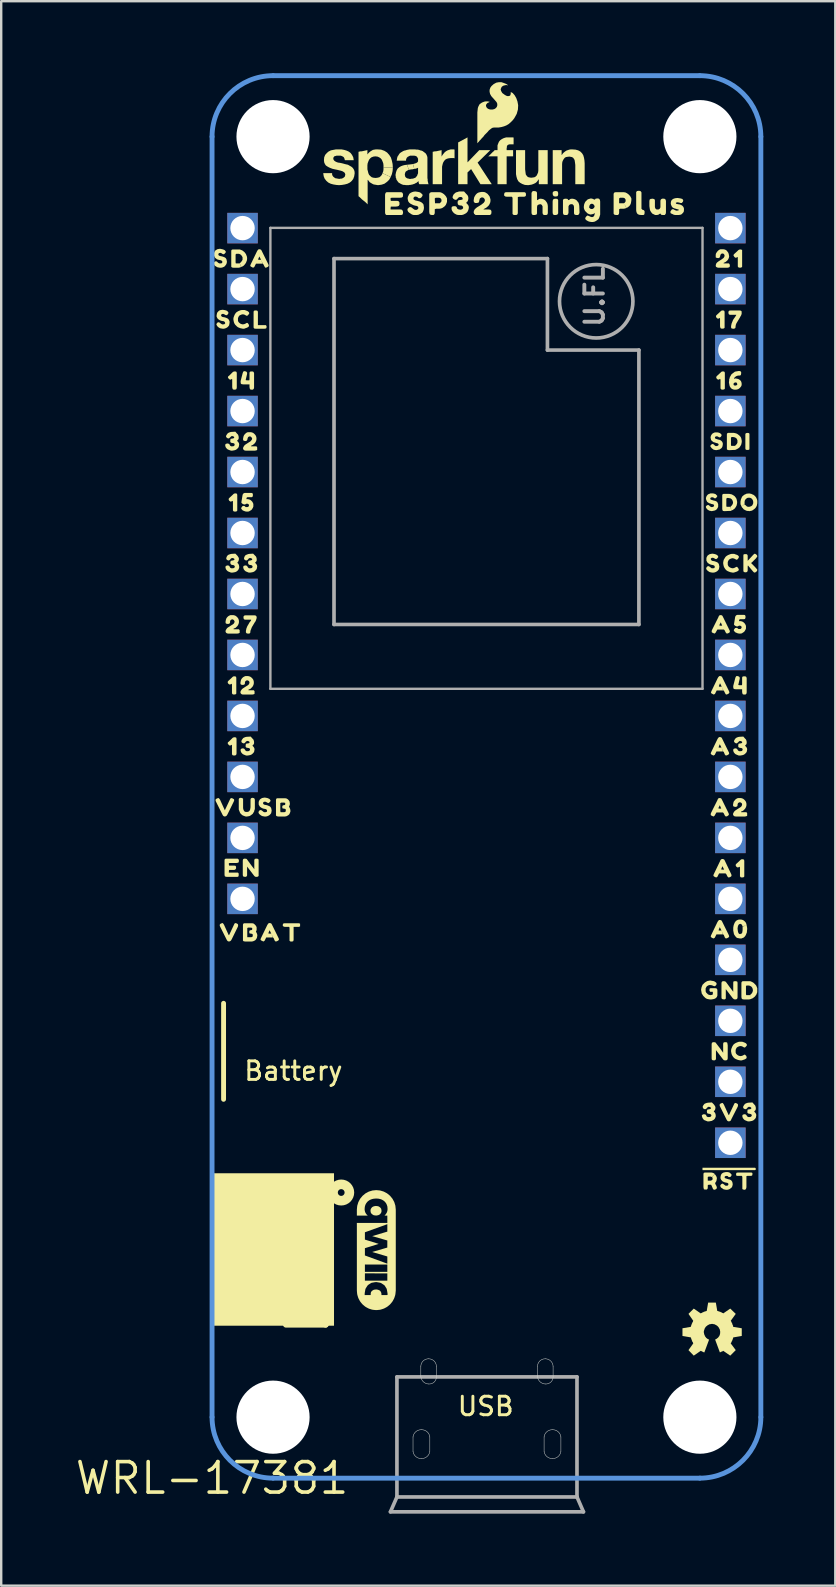
<source format=kicad_pcb>
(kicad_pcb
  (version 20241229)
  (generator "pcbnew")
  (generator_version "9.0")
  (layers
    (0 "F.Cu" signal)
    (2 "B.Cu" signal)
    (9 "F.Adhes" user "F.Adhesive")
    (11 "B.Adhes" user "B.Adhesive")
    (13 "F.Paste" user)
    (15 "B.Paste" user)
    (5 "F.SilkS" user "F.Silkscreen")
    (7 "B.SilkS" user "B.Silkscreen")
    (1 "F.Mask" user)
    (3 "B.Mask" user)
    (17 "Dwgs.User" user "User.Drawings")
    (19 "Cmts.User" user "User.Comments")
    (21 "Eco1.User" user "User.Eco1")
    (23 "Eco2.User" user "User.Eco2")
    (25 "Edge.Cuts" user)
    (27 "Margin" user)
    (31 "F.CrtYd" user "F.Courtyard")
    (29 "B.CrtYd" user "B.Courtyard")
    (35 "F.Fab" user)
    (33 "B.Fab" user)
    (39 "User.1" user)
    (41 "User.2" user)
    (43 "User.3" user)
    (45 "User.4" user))
  (footprint "WRL-17381"
    (layer "F.Cu")
    (at 5.783 58.522)
    (property "Reference" "WRL-17381" (at 0 0 0) (layer "F.SilkS") (effects (font (size 1.27 1.27) (thickness 0.15))))
    (attr through_hole)
    (fp_poly (pts (xy 7.651 -3.617) (xy 9.451 -3.617) (xy 9.451 -1.017) (xy 9.443 -0.879) (xy 9.384 -0.755) (xy 9.151 -0.617) (xy 8.451 -0.617) (xy 8.298 -0.647) (xy 8.168 -0.734) (xy 8.051 -1.017) (xy 8.051 -2.817) (xy 7.651 -2.817)) (stroke (width 0) (type solid)) (fill yes) (layer "F.Mask"))
    (fp_poly (pts (xy 13.451 -3.617) (xy 15.251 -3.617) (xy 15.251 -2.817) (xy 14.951 -2.817) (xy 14.951 -0.917) (xy 14.905 -0.787) (xy 14.813 -0.684) (xy 14.551 -0.617) (xy 13.751 -0.617) (xy 13.601 -0.657) (xy 13.491 -0.767) (xy 13.451 -0.917)) (stroke (width 0) (type solid)) (fill yes) (layer "F.Mask"))
    (fp_circle (center 11.303 -14.351) (end 11.493 -14.351) (stroke (width 0.381) (type solid)) (fill no) (layer "B.Mask"))
    (fp_line (start 0.48 -19.78) (end 0.48 -15.78) (stroke (width 0.203) (type solid)) (layer "F.SilkS"))
    (fp_line (start 0.48 -10.898) (end 0.48 -7.898) (stroke (width 0.254) (type solid)) (layer "F.SilkS"))
    (fp_line (start 4.73 -7.148) (end 4.73 -6.398) (stroke (width 0.254) (type solid)) (layer "F.SilkS"))
    (fp_line (start 4.73 -6.398) (end 3.08 -6.398) (stroke (width 0.254) (type solid)) (layer "F.SilkS"))
    (fp_circle (center 5.38 -11.898) (end 5.521 -11.898) (stroke (width 0.4) (type solid)) (fill no) (layer "F.SilkS"))
    (fp_poly (pts (xy 0 -6.35) (xy 5.08 -6.35) (xy 5.08 -12.7) (xy 0 -12.7)) (stroke (width 0) (type solid)) (fill yes) (layer "F.SilkS"))
    (fp_poly (pts (xy 20.429 -12.931) (xy 20.429 -12.831) (xy 22.619 -12.831) (xy 22.649 -12.851) (xy 22.649 -12.901) (xy 22.619 -12.931)) (stroke (width 0) (type solid)) (fill yes) (layer "F.SilkS"))
    (fp_poly (pts (xy 7.101 -54.359) (xy 7.131 -54.439) (xy 7.141 -54.519) (xy 7.141 -54.599) (xy 7.531 -54.589) (xy 7.521 -54.449) (xy 7.491 -54.319) (xy 7.441 -54.199)) (stroke (width 0) (type solid)) (fill yes) (layer "F.SilkS"))
    (fp_poly (pts (xy 8.121 -54.709) (xy 8.301 -54.729) (xy 8.371 -54.739) (xy 8.421 -54.539) (xy 8.401 -54.529) (xy 8.381 -54.529) (xy 8.351 -54.519) (xy 8.311 -54.519) (xy 8.281 -54.509) (xy 8.241 -54.509) (xy 8.221 -54.499) (xy 8.201 -54.499)) (stroke (width 0) (type solid)) (fill yes) (layer "F.SilkS"))
    (fp_poly (pts (xy 10.251 -55.639) (xy 10.641 -55.849) (xy 10.641 -54.809) (xy 11.131 -55.319) (xy 11.591 -55.319) (xy 11.061 -54.799) (xy 11.651 -53.899) (xy 11.181 -53.899) (xy 10.791 -54.529) (xy 10.641 -54.389) (xy 10.641 -53.899) (xy 10.251 -53.899)) (stroke (width 0) (type solid)) (fill yes) (layer "F.SilkS"))
    (fp_poly (pts (xy 14.397 -53.406) (xy 14.417 -53.466) (xy 14.417 -53.536) (xy 14.397 -53.596) (xy 14.327 -53.616) (xy 14.247 -53.606) (xy 14.197 -53.576) (xy 14.187 -53.516) (xy 14.197 -53.446) (xy 14.237 -53.396) (xy 14.307 -53.386) (xy 14.377 -53.396)) (stroke (width 0) (type solid)) (fill yes) (layer "F.SilkS"))
    (fp_poly (pts (xy 14.187 -53.136) (xy 14.187 -52.726) (xy 14.197 -52.656) (xy 14.237 -52.616) (xy 14.327 -52.616) (xy 14.387 -52.636) (xy 14.417 -52.686) (xy 14.417 -53.236) (xy 14.387 -53.286) (xy 14.317 -53.296) (xy 14.237 -53.286) (xy 14.197 -53.246) (xy 14.187 -53.176)) (stroke (width 0) (type solid)) (fill yes) (layer "F.SilkS"))
    (fp_poly (pts (xy 22.215 -43.45) (xy 22.215 -42.89) (xy 22.225 -42.85) (xy 22.265 -42.83) (xy 22.325 -42.83) (xy 22.375 -42.84) (xy 22.385 -42.88) (xy 22.385 -42.94) (xy 22.385 -43.44) (xy 22.385 -43.5) (xy 22.365 -43.53) (xy 22.305 -43.54) (xy 22.245 -43.53) (xy 22.215 -43.5)) (stroke (width 0) (type solid)) (fill yes) (layer "F.SilkS"))
    (fp_poly (pts (xy 1.91 -48.03) (xy 1.91 -48.57) (xy 1.9 -48.62) (xy 1.85 -48.64) (xy 1.78 -48.64) (xy 1.74 -48.62) (xy 1.73 -48.58) (xy 1.73 -47.98) (xy 1.73 -47.93) (xy 1.75 -47.89) (xy 1.81 -47.88) (xy 2.19 -47.88) (xy 2.25 -47.89) (xy 2.27 -47.93) (xy 2.27 -47.99) (xy 2.24 -48.03) (xy 2.18 -48.03)) (stroke (width 0) (type solid)) (fill yes) (layer "F.SilkS"))
    (fp_poly (pts (xy 0.86 -33.38) (xy 0.82 -33.34) (xy 0.7 -33.23) (xy 0.66 -33.19) (xy 0.65 -33.15) (xy 0.67 -33.1) (xy 0.72 -33.06) (xy 0.76 -33.06) (xy 0.81 -33.09) (xy 0.83 -33.06) (xy 0.83 -32.74) (xy 0.83 -32.69) (xy 0.86 -32.65) (xy 0.91 -32.64) (xy 0.98 -32.65) (xy 1.01 -32.68) (xy 1.01 -32.73) (xy 1.01 -33.33) (xy 1 -33.38) (xy 0.96 -33.4) (xy 0.9 -33.4)) (stroke (width 0) (type solid)) (fill yes) (layer "F.SilkS"))
    (fp_poly (pts (xy 0.86 -30.84) (xy 0.82 -30.8) (xy 0.71 -30.69) (xy 0.66 -30.65) (xy 0.65 -30.61) (xy 0.68 -30.56) (xy 0.72 -30.52) (xy 0.77 -30.52) (xy 0.82 -30.55) (xy 0.83 -30.52) (xy 0.83 -30.2) (xy 0.83 -30.15) (xy 0.86 -30.11) (xy 0.92 -30.1) (xy 0.98 -30.11) (xy 1.01 -30.14) (xy 1.02 -30.19) (xy 1.02 -30.79) (xy 1.01 -30.84) (xy 0.97 -30.86) (xy 0.91 -30.86)) (stroke (width 0) (type solid)) (fill yes) (layer "F.SilkS"))
    (fp_poly (pts (xy 0.863 -28.31) (xy 0.813 -28.33) (xy 0.763 -28.31) (xy 0.533 -27.82) (xy 0.523 -27.84) (xy 0.333 -28.26) (xy 0.313 -28.29) (xy 0.273 -28.33) (xy 0.223 -28.32) (xy 0.163 -28.29) (xy 0.143 -28.25) (xy 0.153 -28.2) (xy 0.443 -27.62) (xy 0.473 -27.58) (xy 0.523 -27.56) (xy 0.573 -27.57) (xy 0.613 -27.6) (xy 0.643 -27.65) (xy 0.903 -28.18) (xy 0.923 -28.24) (xy 0.913 -28.28)) (stroke (width 0) (type solid)) (fill yes) (layer "F.SilkS"))
    (fp_poly (pts (xy 0.87 -46.08) (xy 0.83 -46.04) (xy 0.72 -45.93) (xy 0.67 -45.89) (xy 0.66 -45.85) (xy 0.69 -45.8) (xy 0.74 -45.76) (xy 0.78 -45.76) (xy 0.83 -45.79) (xy 0.84 -45.76) (xy 0.84 -45.44) (xy 0.85 -45.39) (xy 0.87 -45.35) (xy 0.93 -45.34) (xy 1 -45.35) (xy 1.02 -45.38) (xy 1.03 -45.43) (xy 1.03 -46.03) (xy 1.02 -46.08) (xy 0.98 -46.1) (xy 0.92 -46.1)) (stroke (width 0) (type solid)) (fill yes) (layer "F.SilkS"))
    (fp_poly (pts (xy 0.9 -41) (xy 0.86 -40.96) (xy 0.74 -40.85) (xy 0.7 -40.81) (xy 0.69 -40.77) (xy 0.71 -40.72) (xy 0.76 -40.68) (xy 0.8 -40.68) (xy 0.85 -40.71) (xy 0.87 -40.68) (xy 0.87 -40.36) (xy 0.87 -40.31) (xy 0.9 -40.27) (xy 0.96 -40.26) (xy 1.02 -40.27) (xy 1.05 -40.3) (xy 1.05 -40.35) (xy 1.05 -40.95) (xy 1.04 -41) (xy 1 -41.02) (xy 0.95 -41.02)) (stroke (width 0) (type solid)) (fill yes) (layer "F.SilkS"))
    (fp_poly (pts (xy 1.037 -23.103) (xy 0.977 -23.123) (xy 0.937 -23.103) (xy 0.707 -22.613) (xy 0.687 -22.633) (xy 0.497 -23.053) (xy 0.477 -23.083) (xy 0.447 -23.123) (xy 0.397 -23.113) (xy 0.337 -23.083) (xy 0.317 -23.043) (xy 0.327 -22.993) (xy 0.617 -22.413) (xy 0.647 -22.373) (xy 0.697 -22.353) (xy 0.747 -22.363) (xy 0.787 -22.393) (xy 0.817 -22.443) (xy 1.077 -22.973) (xy 1.087 -23.033) (xy 1.077 -23.073)) (stroke (width 0) (type solid)) (fill yes) (layer "F.SilkS"))
    (fp_poly (pts (xy 17.667 -53.506) (xy 17.667 -52.896) (xy 17.667 -52.816) (xy 17.677 -52.746) (xy 17.697 -52.696) (xy 17.727 -52.656) (xy 17.787 -52.626) (xy 17.877 -52.616) (xy 17.957 -52.616) (xy 17.997 -52.626) (xy 18.017 -52.686) (xy 18.017 -52.776) (xy 17.987 -52.816) (xy 17.927 -52.836) (xy 17.887 -52.876) (xy 17.887 -52.946) (xy 17.887 -53.556) (xy 17.857 -53.606) (xy 17.787 -53.626) (xy 17.707 -53.616) (xy 17.667 -53.576)) (stroke (width 0) (type solid)) (fill yes) (layer "F.SilkS"))
    (fp_poly (pts (xy 21.2 -48.62) (xy 21.16 -48.58) (xy 21.04 -48.47) (xy 21 -48.43) (xy 20.99 -48.39) (xy 21.01 -48.34) (xy 21.06 -48.3) (xy 21.1 -48.3) (xy 21.15 -48.33) (xy 21.16 -48.3) (xy 21.16 -47.98) (xy 21.17 -47.93) (xy 21.19 -47.89) (xy 21.25 -47.88) (xy 21.32 -47.89) (xy 21.35 -47.92) (xy 21.35 -47.97) (xy 21.35 -48.57) (xy 21.34 -48.62) (xy 21.3 -48.64) (xy 21.24 -48.64)) (stroke (width 0) (type solid)) (fill yes) (layer "F.SilkS"))
    (fp_poly (pts (xy 21.21 -46.08) (xy 21.17 -46.04) (xy 21.05 -45.93) (xy 21.01 -45.89) (xy 21 -45.85) (xy 21.02 -45.8) (xy 21.07 -45.76) (xy 21.11 -45.76) (xy 21.16 -45.79) (xy 21.18 -45.76) (xy 21.18 -45.44) (xy 21.18 -45.39) (xy 21.21 -45.35) (xy 21.26 -45.34) (xy 21.33 -45.35) (xy 21.36 -45.38) (xy 21.36 -45.43) (xy 21.36 -46.03) (xy 21.35 -46.08) (xy 21.31 -46.1) (xy 21.25 -46.1)) (stroke (width 0) (type solid)) (fill yes) (layer "F.SilkS"))
    (fp_poly (pts (xy 21.86 -15.61) (xy 21.8 -15.63) (xy 21.76 -15.61) (xy 21.53 -15.12) (xy 21.51 -15.14) (xy 21.32 -15.56) (xy 21.3 -15.59) (xy 21.27 -15.63) (xy 21.22 -15.62) (xy 21.16 -15.59) (xy 21.14 -15.55) (xy 21.15 -15.5) (xy 21.44 -14.92) (xy 21.47 -14.88) (xy 21.52 -14.86) (xy 21.57 -14.87) (xy 21.61 -14.9) (xy 21.63 -14.95) (xy 21.9 -15.48) (xy 21.91 -15.54) (xy 21.9 -15.58)) (stroke (width 0) (type solid)) (fill yes) (layer "F.SilkS"))
    (fp_poly (pts (xy 21.93 -51.16) (xy 21.89 -51.12) (xy 21.77 -51.01) (xy 21.73 -50.97) (xy 21.72 -50.93) (xy 21.75 -50.88) (xy 21.79 -50.84) (xy 21.84 -50.84) (xy 21.89 -50.87) (xy 21.9 -50.84) (xy 21.9 -50.52) (xy 21.9 -50.47) (xy 21.93 -50.43) (xy 21.99 -50.42) (xy 22.05 -50.43) (xy 22.08 -50.46) (xy 22.08 -50.51) (xy 22.08 -51.11) (xy 22.08 -51.16) (xy 22.03 -51.18) (xy 21.98 -51.18)) (stroke (width 0) (type solid)) (fill yes) (layer "F.SilkS"))
    (fp_poly (pts (xy 22.02 -25.76) (xy 21.98 -25.72) (xy 21.86 -25.61) (xy 21.82 -25.57) (xy 21.81 -25.53) (xy 21.83 -25.48) (xy 21.88 -25.44) (xy 21.92 -25.44) (xy 21.97 -25.47) (xy 21.99 -25.44) (xy 21.99 -25.12) (xy 21.99 -25.07) (xy 22.02 -25.03) (xy 22.07 -25.02) (xy 22.14 -25.03) (xy 22.17 -25.06) (xy 22.17 -25.11) (xy 22.17 -25.71) (xy 22.16 -25.76) (xy 22.12 -25.78) (xy 22.06 -25.78)) (stroke (width 0) (type solid)) (fill yes) (layer "F.SilkS"))
    (fp_poly (pts (xy 21.899 -12.731) (xy 21.849 -12.721) (xy 21.829 -12.681) (xy 21.829 -12.621) (xy 21.859 -12.591) (xy 21.919 -12.591) (xy 22.069 -12.591) (xy 22.089 -12.551) (xy 22.089 -12.091) (xy 22.089 -12.041) (xy 22.129 -12.021) (xy 22.189 -12.011) (xy 22.229 -12.031) (xy 22.249 -12.071) (xy 22.259 -12.121) (xy 22.259 -12.581) (xy 22.299 -12.591) (xy 22.459 -12.591) (xy 22.499 -12.611) (xy 22.509 -12.651) (xy 22.509 -12.711) (xy 22.469 -12.731)) (stroke (width 0) (type solid)) (fill yes) (layer "F.SilkS"))
    (fp_poly (pts (xy 3.017 -23.113) (xy 2.967 -23.103) (xy 2.947 -23.063) (xy 2.947 -23.003) (xy 2.987 -22.973) (xy 3.037 -22.963) (xy 3.207 -22.963) (xy 3.227 -22.933) (xy 3.227 -22.433) (xy 3.227 -22.383) (xy 3.267 -22.353) (xy 3.327 -22.353) (xy 3.377 -22.363) (xy 3.397 -22.413) (xy 3.397 -22.473) (xy 3.397 -22.963) (xy 3.447 -22.963) (xy 3.617 -22.963) (xy 3.667 -22.983) (xy 3.667 -23.033) (xy 3.667 -23.093) (xy 3.627 -23.113) (xy 3.567 -23.113)) (stroke (width 0) (type solid)) (fill yes) (layer "F.SilkS"))
    (fp_poly (pts (xy 12.257 -53.566) (xy 12.197 -53.556) (xy 12.167 -53.496) (xy 12.167 -53.426) (xy 12.217 -53.386) (xy 12.287 -53.376) (xy 12.487 -53.376) (xy 12.517 -53.336) (xy 12.517 -52.716) (xy 12.517 -52.656) (xy 12.567 -52.616) (xy 12.647 -52.616) (xy 12.707 -52.626) (xy 12.737 -52.686) (xy 12.737 -52.756) (xy 12.737 -53.366) (xy 12.797 -53.376) (xy 13.007 -53.376) (xy 13.067 -53.406) (xy 13.077 -53.466) (xy 13.067 -53.536) (xy 13.017 -53.566) (xy 12.947 -53.566)) (stroke (width 0) (type solid)) (fill yes) (layer "F.SilkS"))
    (fp_poly (pts (xy 6.924 -11.325) (xy 6.872 -11.333) (xy 6.82 -11.338) (xy 6.768 -11.33) (xy 6.718 -11.316) (xy 6.671 -11.29) (xy 6.636 -11.251) (xy 6.61 -11.206) (xy 6.6 -11.155) (xy 6.604 -11.103) (xy 6.616 -11.052) (xy 6.648 -11.01) (xy 6.689 -10.978) (xy 6.735 -10.952) (xy 6.787 -10.944) (xy 6.839 -10.939) (xy 6.892 -10.947) (xy 6.942 -10.961) (xy 6.988 -10.987) (xy 7.023 -11.025) (xy 7.049 -11.07) (xy 7.06 -11.122) (xy 7.055 -11.174) (xy 7.042 -11.225) (xy 7.011 -11.267) (xy 6.97 -11.3)) (stroke (width 0) (type solid)) (fill yes) (layer "F.SilkS"))
    (fp_poly (pts (xy 2.04 -51.17) (xy 1.99 -51.19) (xy 1.94 -51.19) (xy 1.9 -51.15) (xy 1.87 -51.1) (xy 1.61 -50.56) (xy 1.59 -50.51) (xy 1.61 -50.47) (xy 1.67 -50.44) (xy 1.71 -50.42) (xy 1.76 -50.45) (xy 1.83 -50.59) (xy 2.1 -50.59) (xy 2.04 -50.75) (xy 1.93 -50.75) (xy 1.92 -50.77) (xy 1.96 -50.87) (xy 1.97 -50.89) (xy 2.04 -50.75) (xy 2.11 -50.59) (xy 2.14 -50.56) (xy 2.19 -50.46) (xy 2.22 -50.42) (xy 2.27 -50.43) (xy 2.33 -50.46) (xy 2.36 -50.5) (xy 2.35 -50.55) (xy 2.06 -51.14)) (stroke (width 0) (type solid)) (fill yes) (layer "F.SilkS"))
    (fp_poly (pts (xy 2.467 -23.103) (xy 2.417 -23.123) (xy 2.367 -23.123) (xy 2.327 -23.083) (xy 2.297 -23.033) (xy 2.037 -22.493) (xy 2.017 -22.443) (xy 2.037 -22.403) (xy 2.097 -22.373) (xy 2.137 -22.353) (xy 2.187 -22.383) (xy 2.257 -22.523) (xy 2.527 -22.523) (xy 2.467 -22.683) (xy 2.357 -22.683) (xy 2.347 -22.703) (xy 2.387 -22.803) (xy 2.397 -22.823) (xy 2.467 -22.683) (xy 2.537 -22.523) (xy 2.567 -22.493) (xy 2.607 -22.393) (xy 2.647 -22.353) (xy 2.697 -22.363) (xy 2.757 -22.393) (xy 2.787 -22.433) (xy 2.777 -22.483) (xy 2.487 -23.073)) (stroke (width 0) (type solid)) (fill yes) (layer "F.SilkS"))
    (fp_poly (pts (xy 21.21 -28.31) (xy 21.17 -28.33) (xy 21.11 -28.33) (xy 21.07 -28.29) (xy 21.05 -28.24) (xy 20.78 -27.7) (xy 20.77 -27.65) (xy 20.78 -27.61) (xy 20.84 -27.58) (xy 20.89 -27.56) (xy 20.93 -27.59) (xy 21.01 -27.73) (xy 21.28 -27.73) (xy 21.21 -27.89) (xy 21.11 -27.89) (xy 21.09 -27.91) (xy 21.14 -28.01) (xy 21.15 -28.03) (xy 21.21 -27.89) (xy 21.28 -27.73) (xy 21.31 -27.7) (xy 21.36 -27.6) (xy 21.4 -27.56) (xy 21.45 -27.57) (xy 21.5 -27.6) (xy 21.53 -27.64) (xy 21.52 -27.69) (xy 21.23 -28.28)) (stroke (width 0) (type solid)) (fill yes) (layer "F.SilkS"))
    (fp_poly (pts (xy 21.22 -30.85) (xy 21.17 -30.87) (xy 21.12 -30.87) (xy 21.08 -30.83) (xy 21.05 -30.78) (xy 20.79 -30.24) (xy 20.77 -30.19) (xy 20.79 -30.15) (xy 20.84 -30.12) (xy 20.89 -30.1) (xy 20.94 -30.13) (xy 21.01 -30.27) (xy 21.28 -30.27) (xy 21.22 -30.43) (xy 21.11 -30.43) (xy 21.1 -30.45) (xy 21.14 -30.55) (xy 21.15 -30.57) (xy 21.22 -30.43) (xy 21.29 -30.27) (xy 21.32 -30.24) (xy 21.36 -30.14) (xy 21.4 -30.1) (xy 21.45 -30.11) (xy 21.51 -30.14) (xy 21.54 -30.18) (xy 21.53 -30.23) (xy 21.24 -30.82)) (stroke (width 0) (type solid)) (fill yes) (layer "F.SilkS"))
    (fp_poly (pts (xy 21.22 -23.23) (xy 21.17 -23.25) (xy 21.12 -23.25) (xy 21.08 -23.21) (xy 21.05 -23.16) (xy 20.79 -22.62) (xy 20.77 -22.57) (xy 20.79 -22.53) (xy 20.84 -22.5) (xy 20.89 -22.48) (xy 20.94 -22.51) (xy 21.01 -22.65) (xy 21.28 -22.65) (xy 21.22 -22.81) (xy 21.11 -22.81) (xy 21.1 -22.83) (xy 21.14 -22.93) (xy 21.15 -22.95) (xy 21.22 -22.81) (xy 21.29 -22.65) (xy 21.32 -22.62) (xy 21.36 -22.52) (xy 21.4 -22.48) (xy 21.45 -22.49) (xy 21.51 -22.52) (xy 21.54 -22.56) (xy 21.53 -22.61) (xy 21.24 -23.2)) (stroke (width 0) (type solid)) (fill yes) (layer "F.SilkS"))
    (fp_poly (pts (xy 21.23 -33.39) (xy 21.18 -33.41) (xy 21.13 -33.41) (xy 21.09 -33.37) (xy 21.06 -33.32) (xy 20.8 -32.78) (xy 20.78 -32.73) (xy 20.8 -32.69) (xy 20.86 -32.66) (xy 20.9 -32.64) (xy 20.95 -32.67) (xy 21.02 -32.81) (xy 21.29 -32.81) (xy 21.23 -32.97) (xy 21.12 -32.97) (xy 21.11 -32.99) (xy 21.15 -33.09) (xy 21.16 -33.11) (xy 21.23 -32.97) (xy 21.3 -32.81) (xy 21.33 -32.78) (xy 21.38 -32.68) (xy 21.41 -32.64) (xy 21.46 -32.65) (xy 21.52 -32.68) (xy 21.55 -32.72) (xy 21.54 -32.77) (xy 21.25 -33.36)) (stroke (width 0) (type solid)) (fill yes) (layer "F.SilkS"))
    (fp_poly (pts (xy 21.25 -35.93) (xy 21.21 -35.95) (xy 21.15 -35.95) (xy 21.11 -35.91) (xy 21.09 -35.86) (xy 20.82 -35.32) (xy 20.81 -35.27) (xy 20.82 -35.23) (xy 20.88 -35.2) (xy 20.93 -35.18) (xy 20.97 -35.21) (xy 21.05 -35.35) (xy 21.32 -35.35) (xy 21.25 -35.51) (xy 21.15 -35.51) (xy 21.13 -35.53) (xy 21.18 -35.63) (xy 21.19 -35.65) (xy 21.25 -35.51) (xy 21.32 -35.35) (xy 21.35 -35.32) (xy 21.4 -35.22) (xy 21.44 -35.18) (xy 21.49 -35.19) (xy 21.55 -35.22) (xy 21.57 -35.26) (xy 21.56 -35.31) (xy 21.27 -35.9)) (stroke (width 0) (type solid)) (fill yes) (layer "F.SilkS"))
    (fp_poly (pts (xy 21.33 -25.77) (xy 21.28 -25.79) (xy 21.23 -25.79) (xy 21.18 -25.75) (xy 21.16 -25.7) (xy 20.9 -25.16) (xy 20.88 -25.11) (xy 20.9 -25.07) (xy 20.95 -25.04) (xy 21 -25.02) (xy 21.05 -25.05) (xy 21.12 -25.19) (xy 21.39 -25.19) (xy 21.33 -25.35) (xy 21.22 -25.35) (xy 21.21 -25.37) (xy 21.25 -25.47) (xy 21.26 -25.49) (xy 21.33 -25.35) (xy 21.39 -25.19) (xy 21.42 -25.16) (xy 21.47 -25.06) (xy 21.51 -25.02) (xy 21.56 -25.03) (xy 21.62 -25.06) (xy 21.64 -25.1) (xy 21.63 -25.15) (xy 21.35 -25.74)) (stroke (width 0) (type solid)) (fill yes) (layer "F.SilkS"))
    (fp_poly (pts (xy 1.78 -25.795) (xy 1.76 -25.745) (xy 1.76 -25.685) (xy 1.76 -25.365) (xy 1.63 -25.535) (xy 1.47 -25.755) (xy 1.44 -25.795) (xy 1.38 -25.805) (xy 1.33 -25.805) (xy 1.29 -25.775) (xy 1.28 -25.725) (xy 1.28 -25.125) (xy 1.29 -25.075) (xy 1.32 -25.055) (xy 1.39 -25.045) (xy 1.44 -25.065) (xy 1.46 -25.105) (xy 1.46 -25.435) (xy 1.46 -25.475) (xy 1.75 -25.095) (xy 1.79 -25.055) (xy 1.84 -25.045) (xy 1.91 -25.055) (xy 1.94 -25.085) (xy 1.94 -25.135) (xy 1.94 -25.675) (xy 1.94 -25.735) (xy 1.93 -25.785) (xy 1.88 -25.805) (xy 1.83 -25.805)) (stroke (width 0) (type solid)) (fill yes) (layer "F.SilkS"))
    (fp_poly (pts (xy 11.891 -55.059) (xy 11.501 -55.059) (xy 11.541 -55.089) (xy 11.701 -55.249) (xy 11.741 -55.279) (xy 11.771 -55.319) (xy 11.891 -55.319) (xy 11.891 -55.519) (xy 11.921 -55.599) (xy 11.951 -55.669) (xy 12.001 -55.729) (xy 12.071 -55.779) (xy 12.151 -55.819) (xy 12.251 -55.849) (xy 12.541 -55.849) (xy 12.561 -55.839) (xy 12.561 -55.559) (xy 12.391 -55.559) (xy 12.351 -55.549) (xy 12.311 -55.529) (xy 12.291 -55.499) (xy 12.281 -55.479) (xy 12.281 -55.439) (xy 12.271 -55.399) (xy 12.271 -55.319) (xy 12.541 -55.319) (xy 12.541 -55.059) (xy 12.271 -55.059) (xy 12.271 -53.899) (xy 11.891 -53.899)) (stroke (width 0) (type solid)) (fill yes) (layer "F.SilkS"))
    (fp_poly (pts (xy 21.31 -18.15) (xy 21.29 -18.1) (xy 21.29 -18.04) (xy 21.29 -17.72) (xy 21.17 -17.89) (xy 21 -18.11) (xy 20.97 -18.15) (xy 20.92 -18.16) (xy 20.86 -18.16) (xy 20.82 -18.13) (xy 20.81 -18.08) (xy 20.81 -17.48) (xy 20.82 -17.43) (xy 20.85 -17.41) (xy 20.92 -17.4) (xy 20.97 -17.42) (xy 20.99 -17.46) (xy 20.99 -17.79) (xy 20.99 -17.83) (xy 21.28 -17.45) (xy 21.32 -17.41) (xy 21.38 -17.4) (xy 21.44 -17.41) (xy 21.47 -17.44) (xy 21.48 -17.49) (xy 21.48 -18.03) (xy 21.47 -18.09) (xy 21.46 -18.14) (xy 21.42 -18.16) (xy 21.36 -18.16)) (stroke (width 0) (type solid)) (fill yes) (layer "F.SilkS"))
    (fp_poly (pts (xy 21.72 -20.69) (xy 21.71 -20.64) (xy 21.71 -20.58) (xy 21.71 -20.26) (xy 21.58 -20.43) (xy 21.42 -20.65) (xy 21.38 -20.69) (xy 21.33 -20.7) (xy 21.27 -20.7) (xy 21.23 -20.67) (xy 21.22 -20.62) (xy 21.22 -20.02) (xy 21.23 -19.97) (xy 21.27 -19.95) (xy 21.34 -19.94) (xy 21.39 -19.96) (xy 21.4 -20) (xy 21.4 -20.33) (xy 21.4 -20.37) (xy 21.69 -19.99) (xy 21.74 -19.95) (xy 21.79 -19.94) (xy 21.85 -19.95) (xy 21.88 -19.98) (xy 21.89 -20.03) (xy 21.89 -20.57) (xy 21.89 -20.63) (xy 21.88 -20.68) (xy 21.83 -20.7) (xy 21.77 -20.7)) (stroke (width 0) (type solid)) (fill yes) (layer "F.SilkS"))
    (fp_poly (pts (xy 1.58 -46.09) (xy 1.56 -46.05) (xy 1.56 -45.77) (xy 1.55 -45.73) (xy 1.44 -45.73) (xy 1.4 -45.74) (xy 1.46 -46) (xy 1.46 -46.05) (xy 1.43 -46.09) (xy 1.37 -46.11) (xy 1.32 -46.11) (xy 1.29 -46.07) (xy 1.27 -46.01) (xy 1.19 -45.7) (xy 1.19 -45.65) (xy 1.2 -45.59) (xy 1.23 -45.57) (xy 1.3 -45.56) (xy 1.51 -45.56) (xy 1.56 -45.56) (xy 1.56 -45.45) (xy 1.57 -45.39) (xy 1.59 -45.35) (xy 1.64 -45.34) (xy 1.7 -45.34) (xy 1.74 -45.38) (xy 1.75 -45.43) (xy 1.75 -46.03) (xy 1.73 -46.08) (xy 1.69 -46.1) (xy 1.63 -46.1)) (stroke (width 0) (type solid)) (fill yes) (layer "F.SilkS"))
    (fp_poly (pts (xy 22.1 -33.39) (xy 22.08 -33.35) (xy 22.08 -33.07) (xy 22.07 -33.03) (xy 21.96 -33.03) (xy 21.92 -33.04) (xy 21.98 -33.3) (xy 21.98 -33.35) (xy 21.95 -33.39) (xy 21.89 -33.41) (xy 21.84 -33.41) (xy 21.81 -33.37) (xy 21.79 -33.31) (xy 21.71 -33) (xy 21.71 -32.95) (xy 21.72 -32.89) (xy 21.75 -32.87) (xy 21.82 -32.86) (xy 22.03 -32.86) (xy 22.08 -32.86) (xy 22.08 -32.75) (xy 22.09 -32.69) (xy 22.11 -32.65) (xy 22.16 -32.64) (xy 22.22 -32.64) (xy 22.26 -32.68) (xy 22.27 -32.73) (xy 22.27 -33.33) (xy 22.25 -33.38) (xy 22.21 -33.4) (xy 22.15 -33.4)) (stroke (width 0) (type solid)) (fill yes) (layer "F.SilkS"))
    (fp_poly (pts (xy 9.191 -55.249) (xy 9.241 -55.259) (xy 9.281 -55.269) (xy 9.331 -55.269) (xy 9.381 -55.279) (xy 9.421 -55.289) (xy 9.521 -55.309) (xy 9.561 -55.319) (xy 9.561 -55.049) (xy 9.601 -55.119) (xy 9.641 -55.169) (xy 9.691 -55.229) (xy 9.741 -55.269) (xy 9.811 -55.309) (xy 9.871 -55.329) (xy 9.941 -55.349) (xy 10.081 -55.349) (xy 10.091 -55.339) (xy 10.101 -55.339) (xy 10.101 -54.979) (xy 10.091 -54.979) (xy 10.071 -54.989) (xy 9.961 -54.989) (xy 9.861 -54.979) (xy 9.781 -54.959) (xy 9.711 -54.919) (xy 9.661 -54.859) (xy 9.621 -54.789) (xy 9.601 -54.719) (xy 9.581 -54.629) (xy 9.581 -53.899) (xy 9.191 -53.899)) (stroke (width 0) (type solid)) (fill yes) (layer "F.SilkS"))
    (fp_poly (pts (xy 1.77 -35.94) (xy 1.39 -35.94) (xy 1.34 -35.93) (xy 1.31 -35.89) (xy 1.31 -35.84) (xy 1.32 -35.79) (xy 1.36 -35.76) (xy 1.41 -35.76) (xy 1.63 -35.76) (xy 1.62 -35.72) (xy 1.55 -35.63) (xy 1.53 -35.59) (xy 1.5 -35.54) (xy 1.47 -35.49) (xy 1.45 -35.44) (xy 1.43 -35.39) (xy 1.42 -35.34) (xy 1.41 -35.29) (xy 1.41 -35.23) (xy 1.44 -35.19) (xy 1.49 -35.18) (xy 1.55 -35.18) (xy 1.59 -35.21) (xy 1.6 -35.3) (xy 1.62 -35.35) (xy 1.64 -35.4) (xy 1.66 -35.45) (xy 1.78 -35.65) (xy 1.81 -35.69) (xy 1.83 -35.74) (xy 1.85 -35.8) (xy 1.86 -35.84) (xy 1.85 -35.9) (xy 1.82 -35.93)) (stroke (width 0) (type solid)) (fill yes) (layer "F.SilkS"))
    (fp_poly (pts (xy 21.97 -48.64) (xy 21.6 -48.64) (xy 21.54 -48.63) (xy 21.51 -48.59) (xy 21.51 -48.54) (xy 21.52 -48.49) (xy 21.56 -48.46) (xy 21.62 -48.46) (xy 21.84 -48.46) (xy 21.82 -48.42) (xy 21.76 -48.33) (xy 21.73 -48.29) (xy 21.7 -48.24) (xy 21.68 -48.19) (xy 21.66 -48.14) (xy 21.64 -48.09) (xy 21.63 -48.04) (xy 21.62 -47.99) (xy 21.62 -47.93) (xy 21.64 -47.89) (xy 21.7 -47.88) (xy 21.75 -47.88) (xy 21.8 -47.91) (xy 21.81 -48) (xy 21.82 -48.05) (xy 21.84 -48.1) (xy 21.87 -48.15) (xy 21.99 -48.35) (xy 22.01 -48.39) (xy 22.04 -48.44) (xy 22.06 -48.5) (xy 22.06 -48.54) (xy 22.06 -48.6) (xy 22.03 -48.63)) (stroke (width 0) (type solid)) (fill yes) (layer "F.SilkS"))
    (fp_poly (pts (xy 13.687 -53.296) (xy 13.627 -53.286) (xy 13.567 -53.246) (xy 13.537 -53.236) (xy 13.537 -53.506) (xy 13.527 -53.576) (xy 13.477 -53.606) (xy 13.387 -53.616) (xy 13.337 -53.596) (xy 13.307 -53.536) (xy 13.307 -52.716) (xy 13.317 -52.656) (xy 13.357 -52.616) (xy 13.447 -52.616) (xy 13.517 -52.636) (xy 13.537 -52.686) (xy 13.537 -52.956) (xy 13.557 -53.026) (xy 13.617 -53.056) (xy 13.687 -53.066) (xy 13.737 -53.036) (xy 13.767 -52.976) (xy 13.767 -52.696) (xy 13.787 -52.636) (xy 13.837 -52.616) (xy 13.927 -52.616) (xy 13.977 -52.646) (xy 13.987 -52.706) (xy 13.987 -52.986) (xy 13.977 -53.056) (xy 13.957 -53.116) (xy 13.917 -53.176) (xy 13.877 -53.226) (xy 13.817 -53.266) (xy 13.757 -53.286)) (stroke (width 0) (type solid)) (fill yes) (layer "F.SilkS"))
    (fp_poly (pts (xy 0.7 -25.225) (xy 0.7 -25.285) (xy 0.71 -25.335) (xy 0.87 -25.335) (xy 0.93 -25.335) (xy 0.97 -25.355) (xy 1 -25.395) (xy 1 -25.465) (xy 0.98 -25.505) (xy 0.93 -25.515) (xy 0.71 -25.515) (xy 0.7 -25.565) (xy 0.7 -25.615) (xy 0.75 -25.625) (xy 1.02 -25.625) (xy 1.08 -25.635) (xy 1.11 -25.655) (xy 1.12 -25.725) (xy 1.1 -25.785) (xy 1.06 -25.805) (xy 1.01 -25.805) (xy 0.63 -25.805) (xy 0.57 -25.805) (xy 0.53 -25.785) (xy 0.52 -25.735) (xy 0.52 -25.135) (xy 0.53 -25.075) (xy 0.56 -25.055) (xy 0.62 -25.045) (xy 1 -25.045) (xy 1.06 -25.045) (xy 1.1 -25.065) (xy 1.11 -25.115) (xy 1.11 -25.185) (xy 1.08 -25.225) (xy 1.03 -25.225)) (stroke (width 0) (type solid)) (fill yes) (layer "F.SilkS"))
    (fp_poly (pts (xy 7.437 -52.846) (xy 7.437 -52.906) (xy 7.447 -52.966) (xy 7.647 -52.966) (xy 7.727 -52.976) (xy 7.777 -52.996) (xy 7.807 -53.046) (xy 7.807 -53.136) (xy 7.777 -53.186) (xy 7.717 -53.206) (xy 7.447 -53.206) (xy 7.437 -53.256) (xy 7.437 -53.326) (xy 7.497 -53.336) (xy 7.837 -53.336) (xy 7.907 -53.346) (xy 7.947 -53.376) (xy 7.957 -53.466) (xy 7.937 -53.536) (xy 7.887 -53.566) (xy 7.827 -53.566) (xy 7.347 -53.566) (xy 7.267 -53.566) (xy 7.227 -53.536) (xy 7.207 -53.466) (xy 7.207 -52.716) (xy 7.217 -52.656) (xy 7.257 -52.616) (xy 7.337 -52.616) (xy 7.817 -52.616) (xy 7.887 -52.616) (xy 7.937 -52.636) (xy 7.957 -52.706) (xy 7.947 -52.786) (xy 7.907 -52.836) (xy 7.847 -52.846)) (stroke (width 0) (type solid)) (fill yes) (layer "F.SilkS"))
    (fp_poly (pts (xy 14.997 -53.296) (xy 14.927 -53.286) (xy 14.877 -53.246) (xy 14.837 -53.236) (xy 14.807 -53.286) (xy 14.737 -53.296) (xy 14.657 -53.286) (xy 14.617 -53.246) (xy 14.617 -53.176) (xy 14.617 -52.696) (xy 14.637 -52.636) (xy 14.687 -52.616) (xy 14.787 -52.616) (xy 14.827 -52.646) (xy 14.847 -52.706) (xy 14.847 -52.916) (xy 14.847 -52.976) (xy 14.877 -53.036) (xy 14.937 -53.066) (xy 15.007 -53.066) (xy 15.057 -53.026) (xy 15.077 -52.956) (xy 15.077 -52.756) (xy 15.077 -52.686) (xy 15.097 -52.636) (xy 15.157 -52.616) (xy 15.247 -52.616) (xy 15.287 -52.656) (xy 15.307 -52.716) (xy 15.297 -52.996) (xy 15.287 -53.056) (xy 15.267 -53.126) (xy 15.227 -53.176) (xy 15.187 -53.226) (xy 15.127 -53.266) (xy 15.067 -53.286)) (stroke (width 0) (type solid)) (fill yes) (layer "F.SilkS"))
    (fp_poly (pts (xy 18.527 -52.616) (xy 18.587 -52.626) (xy 18.647 -52.666) (xy 18.677 -52.676) (xy 18.707 -52.626) (xy 18.777 -52.616) (xy 18.857 -52.616) (xy 18.897 -52.666) (xy 18.907 -52.726) (xy 18.907 -53.206) (xy 18.887 -53.266) (xy 18.837 -53.296) (xy 18.747 -53.296) (xy 18.697 -53.266) (xy 18.677 -53.216) (xy 18.677 -52.936) (xy 18.647 -52.876) (xy 18.597 -52.846) (xy 18.517 -52.846) (xy 18.467 -52.886) (xy 18.447 -52.946) (xy 18.447 -53.146) (xy 18.447 -53.226) (xy 18.427 -53.276) (xy 18.357 -53.296) (xy 18.267 -53.286) (xy 18.227 -53.256) (xy 18.217 -53.196) (xy 18.217 -52.986) (xy 18.227 -52.916) (xy 18.237 -52.846) (xy 18.257 -52.786) (xy 18.297 -52.726) (xy 18.337 -52.676) (xy 18.397 -52.646) (xy 18.457 -52.616)) (stroke (width 0) (type solid)) (fill yes) (layer "F.SilkS"))
    (fp_poly (pts (xy 22.452 -38.12) (xy 22.492 -38.15) (xy 22.582 -38.24) (xy 22.652 -38.31) (xy 22.682 -38.35) (xy 22.712 -38.39) (xy 22.702 -38.44) (xy 22.662 -38.48) (xy 22.612 -38.51) (xy 22.572 -38.49) (xy 22.532 -38.45) (xy 22.312 -38.21) (xy 22.312 -38.25) (xy 22.312 -38.42) (xy 22.302 -38.46) (xy 22.262 -38.49) (xy 22.192 -38.49) (xy 22.142 -38.48) (xy 22.132 -38.44) (xy 22.132 -37.84) (xy 22.132 -37.78) (xy 22.152 -37.75) (xy 22.202 -37.73) (xy 22.272 -37.74) (xy 22.302 -37.77) (xy 22.312 -37.81) (xy 22.312 -37.98) (xy 22.322 -38.02) (xy 22.532 -37.77) (xy 22.572 -37.73) (xy 22.612 -37.72) (xy 22.662 -37.75) (xy 22.702 -37.79) (xy 22.712 -37.84) (xy 22.682 -37.88) (xy 22.592 -37.98)) (stroke (width 0) (type solid)) (fill yes) (layer "F.SilkS"))
    (fp_poly (pts (xy 13.981 -53.899) (xy 13.611 -53.899) (xy 13.611 -54.099) (xy 13.601 -54.099) (xy 13.561 -54.039) (xy 13.521 -53.989) (xy 13.471 -53.949) (xy 13.411 -53.919) (xy 13.361 -53.899) (xy 13.301 -53.879) (xy 13.231 -53.869) (xy 13.171 -53.859) (xy 13.031 -53.869) (xy 12.921 -53.909) (xy 12.831 -53.959) (xy 12.761 -54.019) (xy 12.711 -54.109) (xy 12.681 -54.209) (xy 12.661 -54.319) (xy 12.661 -55.319) (xy 13.041 -55.319) (xy 13.041 -54.519) (xy 13.061 -54.359) (xy 13.071 -54.299) (xy 13.131 -54.219) (xy 13.181 -54.189) (xy 13.231 -54.179) (xy 13.291 -54.169) (xy 13.371 -54.179) (xy 13.431 -54.189) (xy 13.481 -54.219) (xy 13.521 -54.259) (xy 13.551 -54.319) (xy 13.581 -54.389) (xy 13.591 -54.469) (xy 13.591 -55.319) (xy 13.981 -55.319)) (stroke (width 0) (type solid)) (fill yes) (layer "F.SilkS"))
    (fp_poly (pts (xy 14.191 -55.319) (xy 14.561 -55.319) (xy 14.561 -55.119) (xy 14.571 -55.119) (xy 14.611 -55.179) (xy 14.651 -55.219) (xy 14.701 -55.259) (xy 14.761 -55.299) (xy 14.881 -55.339) (xy 14.941 -55.349) (xy 15.001 -55.349) (xy 15.141 -55.339) (xy 15.251 -55.309) (xy 15.341 -55.259) (xy 15.411 -55.189) (xy 15.461 -55.109) (xy 15.491 -55.009) (xy 15.511 -54.899) (xy 15.521 -54.769) (xy 15.521 -53.899) (xy 15.131 -53.899) (xy 15.131 -54.699) (xy 15.121 -54.779) (xy 15.111 -54.849) (xy 15.101 -54.909) (xy 15.071 -54.959) (xy 15.041 -54.999) (xy 14.991 -55.029) (xy 14.941 -55.039) (xy 14.881 -55.049) (xy 14.801 -55.039) (xy 14.741 -55.029) (xy 14.691 -54.999) (xy 14.651 -54.949) (xy 14.621 -54.899) (xy 14.591 -54.829) (xy 14.581 -54.739) (xy 14.581 -53.899) (xy 14.191 -53.899)) (stroke (width 0) (type solid)) (fill yes) (layer "F.SilkS"))
    (fp_poly (pts (xy 9.777 -53.326) (xy 9.747 -53.386) (xy 9.707 -53.436) (xy 9.657 -53.486) (xy 9.597 -53.526) (xy 9.537 -53.556) (xy 9.477 -53.566) (xy 9.417 -53.566) (xy 9.207 -53.566) (xy 9.137 -53.566) (xy 9.077 -53.546) (xy 9.047 -53.496) (xy 9.047 -52.746) (xy 9.057 -52.676) (xy 9.077 -52.636) (xy 9.147 -52.616) (xy 9.227 -52.616) (xy 9.267 -52.656) (xy 9.277 -52.716) (xy 9.277 -52.856) (xy 9.327 -52.876) (xy 9.457 -52.876) (xy 9.527 -52.886) (xy 9.587 -52.906) (xy 9.487 -53.106) (xy 9.287 -53.106) (xy 9.277 -53.306) (xy 9.317 -53.336) (xy 9.457 -53.336) (xy 9.517 -53.316) (xy 9.557 -53.256) (xy 9.557 -53.186) (xy 9.517 -53.136) (xy 9.487 -53.106) (xy 9.587 -52.906) (xy 9.647 -52.946) (xy 9.697 -52.986) (xy 9.737 -53.036) (xy 9.767 -53.106) (xy 9.787 -53.166) (xy 9.787 -53.236) (xy 9.787 -53.306)) (stroke (width 0) (type solid)) (fill yes) (layer "F.SilkS"))
    (fp_poly (pts (xy 17.457 -53.326) (xy 17.427 -53.386) (xy 17.387 -53.436) (xy 17.337 -53.486) (xy 17.277 -53.526) (xy 17.217 -53.556) (xy 17.147 -53.566) (xy 17.087 -53.566) (xy 16.887 -53.566) (xy 16.807 -53.566) (xy 16.747 -53.546) (xy 16.727 -53.496) (xy 16.727 -52.746) (xy 16.727 -52.676) (xy 16.747 -52.636) (xy 16.817 -52.616) (xy 16.907 -52.616) (xy 16.947 -52.656) (xy 16.957 -52.716) (xy 16.957 -52.856) (xy 16.997 -52.876) (xy 17.137 -52.876) (xy 17.197 -52.886) (xy 17.257 -52.906) (xy 17.157 -53.106) (xy 16.957 -53.106) (xy 16.957 -53.306) (xy 16.997 -53.336) (xy 17.127 -53.336) (xy 17.187 -53.316) (xy 17.227 -53.256) (xy 17.227 -53.186) (xy 17.197 -53.136) (xy 17.157 -53.106) (xy 17.267 -52.906) (xy 17.327 -52.946) (xy 17.377 -52.986) (xy 17.417 -53.036) (xy 17.447 -53.106) (xy 17.457 -53.166) (xy 17.467 -53.236) (xy 17.467 -53.306)) (stroke (width 0) (type solid)) (fill yes) (layer "F.SilkS"))
    (fp_poly (pts (xy 1.623 -28.32) (xy 1.603 -28.28) (xy 1.603 -28.22) (xy 1.603 -27.95) (xy 1.593 -27.89) (xy 1.583 -27.84) (xy 1.553 -27.79) (xy 1.513 -27.76) (xy 1.463 -27.75) (xy 1.403 -27.75) (xy 1.353 -27.77) (xy 1.323 -27.81) (xy 1.303 -27.86) (xy 1.293 -27.91) (xy 1.293 -28.24) (xy 1.293 -28.3) (xy 1.253 -28.33) (xy 1.193 -28.34) (xy 1.143 -28.33) (xy 1.113 -28.29) (xy 1.113 -27.91) (xy 1.113 -27.85) (xy 1.133 -27.8) (xy 1.153 -27.75) (xy 1.173 -27.7) (xy 1.213 -27.66) (xy 1.253 -27.62) (xy 1.293 -27.6) (xy 1.343 -27.58) (xy 1.403 -27.56) (xy 1.453 -27.56) (xy 1.513 -27.57) (xy 1.563 -27.58) (xy 1.613 -27.61) (xy 1.653 -27.64) (xy 1.693 -27.67) (xy 1.723 -27.72) (xy 1.753 -27.77) (xy 1.763 -27.82) (xy 1.783 -27.87) (xy 1.783 -27.93) (xy 1.783 -28.25) (xy 1.773 -28.3) (xy 1.733 -28.33) (xy 1.673 -28.34)) (stroke (width 0) (type solid)) (fill yes) (layer "F.SilkS"))
    (fp_poly (pts (xy 0.85 -51.18) (xy 0.81 -51.16) (xy 0.8 -51.12) (xy 0.8 -50.52) (xy 0.8 -50.46) (xy 0.83 -50.43) (xy 0.89 -50.42) (xy 1.11 -50.42) (xy 1.16 -50.43) (xy 1.21 -50.45) (xy 1.15 -50.6) (xy 0.99 -50.6) (xy 0.98 -50.65) (xy 0.98 -50.97) (xy 1.01 -51) (xy 1.06 -51) (xy 1.12 -51) (xy 1.17 -50.98) (xy 1.21 -50.95) (xy 1.24 -50.91) (xy 1.27 -50.86) (xy 1.27 -50.8) (xy 1.27 -50.75) (xy 1.24 -50.7) (xy 1.21 -50.66) (xy 1.17 -50.62) (xy 1.15 -50.61) (xy 1.22 -50.45) (xy 1.26 -50.47) (xy 1.31 -50.5) (xy 1.35 -50.54) (xy 1.38 -50.58) (xy 1.41 -50.62) (xy 1.43 -50.67) (xy 1.45 -50.72) (xy 1.46 -50.78) (xy 1.46 -50.83) (xy 1.45 -50.89) (xy 1.43 -50.94) (xy 1.41 -50.99) (xy 1.38 -51.03) (xy 1.35 -51.07) (xy 1.3 -51.11) (xy 1.26 -51.14) (xy 1.21 -51.16) (xy 1.16 -51.18) (xy 1.11 -51.18) (xy 0.89 -51.18)) (stroke (width 0) (type solid)) (fill yes) (layer "F.SilkS"))
    (fp_poly (pts (xy 21.302 -41) (xy 21.262 -40.98) (xy 21.252 -40.94) (xy 21.252 -40.37) (xy 21.262 -40.32) (xy 21.282 -40.29) (xy 21.342 -40.28) (xy 21.552 -40.29) (xy 21.602 -40.29) (xy 21.642 -40.31) (xy 21.582 -40.46) (xy 21.432 -40.46) (xy 21.422 -40.5) (xy 21.422 -40.8) (xy 21.452 -40.83) (xy 21.502 -40.83) (xy 21.552 -40.82) (xy 21.602 -40.81) (xy 21.642 -40.78) (xy 21.672 -40.74) (xy 21.692 -40.69) (xy 21.702 -40.64) (xy 21.692 -40.59) (xy 21.672 -40.55) (xy 21.642 -40.51) (xy 21.602 -40.47) (xy 21.592 -40.46) (xy 21.642 -40.31) (xy 21.692 -40.33) (xy 21.732 -40.36) (xy 21.772 -40.39) (xy 21.802 -40.43) (xy 21.832 -40.48) (xy 21.852 -40.52) (xy 21.862 -40.57) (xy 21.872 -40.62) (xy 21.872 -40.67) (xy 21.862 -40.72) (xy 21.852 -40.77) (xy 21.832 -40.82) (xy 21.802 -40.86) (xy 21.772 -40.9) (xy 21.732 -40.93) (xy 21.682 -40.96) (xy 21.642 -40.98) (xy 21.592 -40.99) (xy 21.542 -41) (xy 21.342 -41)) (stroke (width 0) (type solid)) (fill yes) (layer "F.SilkS"))
    (fp_poly (pts (xy 21.495 -43.54) (xy 21.455 -43.52) (xy 21.445 -43.48) (xy 21.445 -42.91) (xy 21.445 -42.86) (xy 21.475 -42.83) (xy 21.535 -42.82) (xy 21.735 -42.83) (xy 21.785 -42.83) (xy 21.835 -42.85) (xy 21.775 -43) (xy 21.625 -43) (xy 21.615 -43.04) (xy 21.615 -43.34) (xy 21.645 -43.37) (xy 21.695 -43.37) (xy 21.745 -43.36) (xy 21.785 -43.35) (xy 21.835 -43.32) (xy 21.865 -43.28) (xy 21.885 -43.23) (xy 21.885 -43.18) (xy 21.885 -43.13) (xy 21.865 -43.09) (xy 21.835 -43.05) (xy 21.795 -43.01) (xy 21.775 -43) (xy 21.835 -42.85) (xy 21.875 -42.87) (xy 21.925 -42.9) (xy 21.965 -42.93) (xy 21.995 -42.97) (xy 22.025 -43.02) (xy 22.045 -43.06) (xy 22.055 -43.11) (xy 22.065 -43.16) (xy 22.065 -43.21) (xy 22.055 -43.26) (xy 22.045 -43.31) (xy 22.025 -43.36) (xy 21.995 -43.4) (xy 21.955 -43.44) (xy 21.915 -43.47) (xy 21.875 -43.5) (xy 21.825 -43.52) (xy 21.785 -43.53) (xy 21.735 -43.54) (xy 21.525 -43.54)) (stroke (width 0) (type solid)) (fill yes) (layer "F.SilkS"))
    (fp_poly (pts (xy 22.1 -20.7) (xy 22.07 -20.68) (xy 22.05 -20.64) (xy 22.05 -20.04) (xy 22.06 -19.98) (xy 22.09 -19.95) (xy 22.15 -19.94) (xy 22.37 -19.94) (xy 22.42 -19.95) (xy 22.47 -19.97) (xy 22.41 -20.12) (xy 22.25 -20.12) (xy 22.24 -20.17) (xy 22.24 -20.49) (xy 22.26 -20.52) (xy 22.32 -20.52) (xy 22.37 -20.52) (xy 22.42 -20.5) (xy 22.47 -20.47) (xy 22.5 -20.43) (xy 22.52 -20.38) (xy 22.53 -20.32) (xy 22.52 -20.27) (xy 22.5 -20.22) (xy 22.47 -20.18) (xy 22.43 -20.14) (xy 22.41 -20.13) (xy 22.47 -19.97) (xy 22.52 -19.99) (xy 22.56 -20.02) (xy 22.61 -20.06) (xy 22.64 -20.1) (xy 22.67 -20.14) (xy 22.69 -20.19) (xy 22.71 -20.24) (xy 22.71 -20.3) (xy 22.71 -20.35) (xy 22.71 -20.41) (xy 22.69 -20.46) (xy 22.67 -20.51) (xy 22.64 -20.55) (xy 22.6 -20.59) (xy 22.56 -20.63) (xy 22.51 -20.66) (xy 22.47 -20.68) (xy 22.42 -20.7) (xy 22.36 -20.7) (xy 22.15 -20.7)) (stroke (width 0) (type solid)) (fill yes) (layer "F.SilkS"))
    (fp_poly (pts (xy 1.837 -22.783) (xy 1.857 -22.833) (xy 1.857 -22.883) (xy 1.857 -22.943) (xy 1.837 -22.993) (xy 1.807 -23.033) (xy 1.767 -23.073) (xy 1.727 -23.103) (xy 1.677 -23.113) (xy 1.617 -23.113) (xy 1.397 -23.113) (xy 1.337 -23.113) (xy 1.297 -23.093) (xy 1.287 -23.043) (xy 1.287 -22.443) (xy 1.287 -22.393) (xy 1.317 -22.363) (xy 1.387 -22.353) (xy 1.657 -22.353) (xy 1.707 -22.363) (xy 1.757 -22.383) (xy 1.807 -22.413) (xy 1.837 -22.453) (xy 1.867 -22.503) (xy 1.877 -22.553) (xy 1.887 -22.613) (xy 1.877 -22.663) (xy 1.857 -22.713) (xy 1.827 -22.763) (xy 1.697 -22.643) (xy 1.697 -22.613) (xy 1.687 -22.553) (xy 1.637 -22.533) (xy 1.467 -22.533) (xy 1.467 -22.583) (xy 1.467 -22.913) (xy 1.497 -22.933) (xy 1.607 -22.933) (xy 1.667 -22.923) (xy 1.677 -22.873) (xy 1.657 -22.833) (xy 1.597 -22.823) (xy 1.557 -22.803) (xy 1.547 -22.753) (xy 1.557 -22.693) (xy 1.607 -22.683) (xy 1.667 -22.673) (xy 1.697 -22.643) (xy 1.827 -22.763)) (stroke (width 0) (type solid)) (fill yes) (layer "F.SilkS"))
    (fp_poly (pts (xy 3.213 -27.99) (xy 3.233 -28.04) (xy 3.243 -28.09) (xy 3.233 -28.15) (xy 3.223 -28.2) (xy 3.193 -28.24) (xy 3.153 -28.28) (xy 3.103 -28.31) (xy 3.053 -28.32) (xy 2.993 -28.32) (xy 2.773 -28.32) (xy 2.713 -28.32) (xy 2.673 -28.3) (xy 2.663 -28.25) (xy 2.663 -27.65) (xy 2.663 -27.6) (xy 2.703 -27.57) (xy 2.763 -27.56) (xy 3.033 -27.56) (xy 3.093 -27.57) (xy 3.133 -27.59) (xy 3.183 -27.62) (xy 3.223 -27.66) (xy 3.243 -27.71) (xy 3.263 -27.76) (xy 3.263 -27.82) (xy 3.253 -27.87) (xy 3.233 -27.92) (xy 3.203 -27.97) (xy 3.073 -27.85) (xy 3.073 -27.82) (xy 3.063 -27.76) (xy 3.013 -27.74) (xy 2.853 -27.74) (xy 2.843 -27.79) (xy 2.843 -28.12) (xy 2.883 -28.14) (xy 2.993 -28.14) (xy 3.043 -28.13) (xy 3.053 -28.08) (xy 3.033 -28.04) (xy 2.973 -28.03) (xy 2.933 -28.01) (xy 2.923 -27.96) (xy 2.933 -27.9) (xy 2.983 -27.89) (xy 3.043 -27.88) (xy 3.073 -27.85) (xy 3.203 -27.97)) (stroke (width 0) (type solid)) (fill yes) (layer "F.SilkS"))
    (fp_poly (pts (xy 19.107 -52.686) (xy 19.177 -52.656) (xy 19.237 -52.626) (xy 19.297 -52.616) (xy 19.367 -52.616) (xy 19.437 -52.616) (xy 19.507 -52.626) (xy 19.557 -52.646) (xy 19.607 -52.696) (xy 19.647 -52.746) (xy 19.657 -52.816) (xy 19.657 -52.886) (xy 19.637 -52.946) (xy 19.597 -52.996) (xy 19.537 -53.036) (xy 19.477 -53.056) (xy 19.407 -53.066) (xy 19.327 -53.086) (xy 19.317 -53.126) (xy 19.377 -53.146) (xy 19.447 -53.136) (xy 19.517 -53.116) (xy 19.567 -53.116) (xy 19.617 -53.176) (xy 19.627 -53.236) (xy 19.587 -53.286) (xy 19.517 -53.306) (xy 19.457 -53.316) (xy 19.387 -53.326) (xy 19.297 -53.316) (xy 19.227 -53.296) (xy 19.177 -53.266) (xy 19.137 -53.226) (xy 19.117 -53.176) (xy 19.107 -53.106) (xy 19.117 -53.046) (xy 19.147 -52.976) (xy 19.187 -52.926) (xy 19.247 -52.896) (xy 19.317 -52.876) (xy 19.387 -52.856) (xy 19.447 -52.836) (xy 19.427 -52.806) (xy 19.347 -52.796) (xy 19.287 -52.816) (xy 19.217 -52.856) (xy 19.157 -52.856) (xy 19.117 -52.796) (xy 19.087 -52.746)) (stroke (width 0) (type solid)) (fill yes) (layer "F.SilkS"))
    (fp_poly (pts (xy 21.009 -12.171) (xy 20.959 -12.261) (xy 20.959 -12.301) (xy 20.989 -12.341) (xy 21.009 -12.381) (xy 21.019 -12.431) (xy 21.029 -12.491) (xy 21.019 -12.541) (xy 20.999 -12.581) (xy 20.969 -12.631) (xy 20.939 -12.661) (xy 20.829 -12.541) (xy 20.849 -12.501) (xy 20.849 -12.441) (xy 20.819 -12.411) (xy 20.769 -12.391) (xy 20.669 -12.391) (xy 20.649 -12.391) (xy 20.649 -12.541) (xy 20.679 -12.561) (xy 20.729 -12.561) (xy 20.779 -12.561) (xy 20.819 -12.541) (xy 20.939 -12.671) (xy 20.899 -12.701) (xy 20.849 -12.721) (xy 20.799 -12.731) (xy 20.749 -12.731) (xy 20.539 -12.731) (xy 20.489 -12.721) (xy 20.469 -12.681) (xy 20.469 -12.631) (xy 20.469 -12.121) (xy 20.479 -12.071) (xy 20.489 -12.031) (xy 20.539 -12.021) (xy 20.609 -12.021) (xy 20.639 -12.051) (xy 20.649 -12.101) (xy 20.649 -12.201) (xy 20.679 -12.221) (xy 20.789 -12.221) (xy 20.819 -12.161) (xy 20.869 -12.041) (xy 20.909 -12.011) (xy 20.959 -12.021) (xy 21.009 -12.051) (xy 21.029 -12.091) (xy 21.019 -12.141)) (stroke (width 0) (type solid)) (fill yes) (layer "F.SilkS"))
    (fp_poly (pts (xy 1.36 -41.04) (xy 1.31 -41.02) (xy 1.28 -40.98) (xy 1.27 -40.95) (xy 1.22 -40.64) (xy 1.24 -40.61) (xy 1.28 -40.58) (xy 1.33 -40.56) (xy 1.38 -40.56) (xy 1.43 -40.59) (xy 1.48 -40.59) (xy 1.53 -40.56) (xy 1.54 -40.51) (xy 1.51 -40.46) (xy 1.47 -40.45) (xy 1.4 -40.45) (xy 1.36 -40.49) (xy 1.31 -40.5) (xy 1.27 -40.49) (xy 1.23 -40.44) (xy 1.21 -40.4) (xy 1.24 -40.35) (xy 1.28 -40.31) (xy 1.33 -40.29) (xy 1.38 -40.27) (xy 1.44 -40.26) (xy 1.49 -40.26) (xy 1.54 -40.27) (xy 1.59 -40.3) (xy 1.64 -40.33) (xy 1.67 -40.37) (xy 1.7 -40.42) (xy 1.72 -40.47) (xy 1.72 -40.52) (xy 1.72 -40.58) (xy 1.7 -40.63) (xy 1.67 -40.68) (xy 1.63 -40.72) (xy 1.59 -40.75) (xy 1.54 -40.77) (xy 1.49 -40.78) (xy 1.43 -40.78) (xy 1.44 -40.84) (xy 1.47 -40.86) (xy 1.64 -40.86) (xy 1.68 -40.87) (xy 1.7 -40.92) (xy 1.7 -40.99) (xy 1.68 -41.03) (xy 1.64 -41.04)) (stroke (width 0) (type solid)) (fill yes) (layer "F.SilkS"))
    (fp_poly (pts (xy 21.88 -35.96) (xy 21.83 -35.94) (xy 21.8 -35.9) (xy 21.79 -35.87) (xy 21.74 -35.56) (xy 21.76 -35.53) (xy 21.8 -35.5) (xy 21.85 -35.48) (xy 21.9 -35.48) (xy 21.95 -35.51) (xy 22 -35.51) (xy 22.05 -35.48) (xy 22.06 -35.43) (xy 22.03 -35.38) (xy 21.99 -35.37) (xy 21.93 -35.37) (xy 21.88 -35.41) (xy 21.84 -35.42) (xy 21.79 -35.41) (xy 21.75 -35.36) (xy 21.73 -35.32) (xy 21.76 -35.27) (xy 21.8 -35.23) (xy 21.85 -35.21) (xy 21.9 -35.19) (xy 21.96 -35.18) (xy 22.01 -35.18) (xy 22.07 -35.19) (xy 22.11 -35.22) (xy 22.16 -35.25) (xy 22.19 -35.29) (xy 22.22 -35.34) (xy 22.24 -35.39) (xy 22.24 -35.44) (xy 22.24 -35.5) (xy 22.22 -35.55) (xy 22.19 -35.6) (xy 22.15 -35.64) (xy 22.11 -35.67) (xy 22.06 -35.69) (xy 22.01 -35.7) (xy 21.95 -35.7) (xy 21.96 -35.76) (xy 21.99 -35.78) (xy 22.16 -35.78) (xy 22.2 -35.79) (xy 22.22 -35.84) (xy 22.22 -35.91) (xy 22.2 -35.95) (xy 22.16 -35.96)) (stroke (width 0) (type solid)) (fill yes) (layer "F.SilkS"))
    (fp_poly (pts (xy 1.06 -35.36) (xy 0.9 -35.36) (xy 0.89 -35.38) (xy 0.93 -35.4) (xy 0.98 -35.42) (xy 1.02 -35.46) (xy 1.06 -35.5) (xy 1.09 -35.55) (xy 1.11 -35.6) (xy 1.12 -35.65) (xy 1.12 -35.71) (xy 1.11 -35.76) (xy 1.09 -35.81) (xy 1.06 -35.85) (xy 1.02 -35.89) (xy 0.98 -35.92) (xy 0.93 -35.94) (xy 0.88 -35.95) (xy 0.82 -35.95) (xy 0.77 -35.95) (xy 0.72 -35.93) (xy 0.67 -35.9) (xy 0.63 -35.86) (xy 0.6 -35.82) (xy 0.58 -35.77) (xy 0.57 -35.72) (xy 0.56 -35.66) (xy 0.57 -35.61) (xy 0.6 -35.59) (xy 0.67 -35.58) (xy 0.73 -35.6) (xy 0.75 -35.64) (xy 0.75 -35.69) (xy 0.77 -35.74) (xy 0.82 -35.77) (xy 0.87 -35.77) (xy 0.91 -35.74) (xy 0.94 -35.69) (xy 0.93 -35.64) (xy 0.9 -35.59) (xy 0.86 -35.56) (xy 0.81 -35.53) (xy 0.67 -35.44) (xy 0.63 -35.41) (xy 0.6 -35.37) (xy 0.57 -35.32) (xy 0.56 -35.27) (xy 0.58 -35.22) (xy 0.62 -35.19) (xy 0.67 -35.18) (xy 1.05 -35.18) (xy 1.11 -35.19) (xy 1.15 -35.21) (xy 1.15 -35.27) (xy 1.15 -35.32) (xy 1.12 -35.36)) (stroke (width 0) (type solid)) (fill yes) (layer "F.SilkS"))
    (fp_poly (pts (xy 1.68 -32.82) (xy 1.52 -32.82) (xy 1.51 -32.84) (xy 1.55 -32.86) (xy 1.6 -32.88) (xy 1.64 -32.92) (xy 1.68 -32.96) (xy 1.71 -33.01) (xy 1.73 -33.06) (xy 1.74 -33.11) (xy 1.74 -33.17) (xy 1.73 -33.22) (xy 1.71 -33.27) (xy 1.68 -33.31) (xy 1.64 -33.35) (xy 1.6 -33.38) (xy 1.55 -33.4) (xy 1.5 -33.41) (xy 1.44 -33.41) (xy 1.39 -33.41) (xy 1.34 -33.39) (xy 1.29 -33.36) (xy 1.25 -33.32) (xy 1.22 -33.28) (xy 1.2 -33.23) (xy 1.19 -33.18) (xy 1.18 -33.12) (xy 1.19 -33.07) (xy 1.22 -33.05) (xy 1.29 -33.04) (xy 1.35 -33.06) (xy 1.37 -33.1) (xy 1.37 -33.15) (xy 1.39 -33.2) (xy 1.44 -33.23) (xy 1.49 -33.23) (xy 1.54 -33.2) (xy 1.56 -33.15) (xy 1.55 -33.1) (xy 1.52 -33.05) (xy 1.48 -33.02) (xy 1.43 -32.99) (xy 1.29 -32.9) (xy 1.25 -32.87) (xy 1.22 -32.83) (xy 1.19 -32.78) (xy 1.18 -32.73) (xy 1.2 -32.68) (xy 1.24 -32.65) (xy 1.29 -32.64) (xy 1.67 -32.64) (xy 1.73 -32.65) (xy 1.77 -32.67) (xy 1.77 -32.73) (xy 1.77 -32.78) (xy 1.74 -32.82)) (stroke (width 0) (type solid)) (fill yes) (layer "F.SilkS"))
    (fp_poly (pts (xy 1.79 -42.98) (xy 1.63 -42.98) (xy 1.62 -43) (xy 1.66 -43.02) (xy 1.7 -43.04) (xy 1.75 -43.08) (xy 1.79 -43.12) (xy 1.82 -43.17) (xy 1.84 -43.22) (xy 1.85 -43.27) (xy 1.85 -43.33) (xy 1.84 -43.38) (xy 1.82 -43.43) (xy 1.79 -43.47) (xy 1.75 -43.51) (xy 1.71 -43.54) (xy 1.66 -43.56) (xy 1.61 -43.57) (xy 1.55 -43.57) (xy 1.49 -43.57) (xy 1.44 -43.55) (xy 1.4 -43.52) (xy 1.36 -43.48) (xy 1.33 -43.44) (xy 1.31 -43.39) (xy 1.3 -43.34) (xy 1.29 -43.28) (xy 1.3 -43.23) (xy 1.33 -43.21) (xy 1.4 -43.2) (xy 1.45 -43.22) (xy 1.47 -43.26) (xy 1.48 -43.31) (xy 1.5 -43.36) (xy 1.54 -43.39) (xy 1.6 -43.39) (xy 1.64 -43.36) (xy 1.67 -43.31) (xy 1.66 -43.26) (xy 1.62 -43.21) (xy 1.59 -43.18) (xy 1.54 -43.15) (xy 1.4 -43.06) (xy 1.36 -43.03) (xy 1.33 -42.99) (xy 1.3 -42.94) (xy 1.29 -42.89) (xy 1.31 -42.84) (xy 1.35 -42.81) (xy 1.4 -42.8) (xy 1.78 -42.8) (xy 1.84 -42.81) (xy 1.88 -42.83) (xy 1.88 -42.89) (xy 1.88 -42.94) (xy 1.85 -42.98)) (stroke (width 0) (type solid)) (fill yes) (layer "F.SilkS"))
    (fp_poly (pts (xy 11.527 -52.846) (xy 11.317 -52.846) (xy 11.307 -52.856) (xy 11.357 -52.886) (xy 11.417 -52.916) (xy 11.477 -52.966) (xy 11.527 -53.016) (xy 11.557 -53.066) (xy 11.587 -53.136) (xy 11.597 -53.196) (xy 11.597 -53.266) (xy 11.577 -53.336) (xy 11.557 -53.396) (xy 11.517 -53.446) (xy 11.477 -53.496) (xy 11.417 -53.536) (xy 11.367 -53.566) (xy 11.297 -53.576) (xy 11.217 -53.576) (xy 11.157 -53.566) (xy 11.087 -53.546) (xy 11.037 -53.516) (xy 10.987 -53.466) (xy 10.947 -53.406) (xy 10.917 -53.346) (xy 10.907 -53.286) (xy 10.897 -53.216) (xy 10.907 -53.156) (xy 10.957 -53.116) (xy 11.037 -53.116) (xy 11.107 -53.136) (xy 11.127 -53.186) (xy 11.137 -53.246) (xy 11.157 -53.306) (xy 11.217 -53.346) (xy 11.287 -53.346) (xy 11.337 -53.306) (xy 11.367 -53.246) (xy 11.357 -53.186) (xy 11.317 -53.126) (xy 11.267 -53.086) (xy 11.217 -53.046) (xy 11.037 -52.936) (xy 10.987 -52.896) (xy 10.937 -52.846) (xy 10.907 -52.786) (xy 10.897 -52.726) (xy 10.917 -52.666) (xy 10.977 -52.616) (xy 11.037 -52.616) (xy 11.507 -52.616) (xy 11.577 -52.616) (xy 11.627 -52.656) (xy 11.637 -52.716) (xy 11.637 -52.786) (xy 11.597 -52.836)) (stroke (width 0) (type solid)) (fill yes) (layer "F.SilkS"))
    (fp_poly (pts (xy 21.48 -50.6) (xy 21.31 -50.6) (xy 21.31 -50.62) (xy 21.35 -50.64) (xy 21.39 -50.66) (xy 21.44 -50.7) (xy 21.48 -50.74) (xy 21.51 -50.79) (xy 21.53 -50.84) (xy 21.54 -50.89) (xy 21.53 -50.95) (xy 21.52 -51) (xy 21.5 -51.05) (xy 21.47 -51.09) (xy 21.44 -51.13) (xy 21.4 -51.16) (xy 21.35 -51.18) (xy 21.29 -51.19) (xy 21.24 -51.19) (xy 21.18 -51.19) (xy 21.13 -51.17) (xy 21.09 -51.14) (xy 21.05 -51.1) (xy 21.02 -51.06) (xy 20.99 -51.01) (xy 20.98 -50.96) (xy 20.98 -50.9) (xy 20.98 -50.85) (xy 21.02 -50.83) (xy 21.09 -50.82) (xy 21.14 -50.84) (xy 21.16 -50.88) (xy 21.17 -50.93) (xy 21.19 -50.98) (xy 21.23 -51.01) (xy 21.29 -51.01) (xy 21.33 -50.98) (xy 21.35 -50.93) (xy 21.34 -50.88) (xy 21.31 -50.83) (xy 21.27 -50.8) (xy 21.23 -50.77) (xy 21.09 -50.68) (xy 21.05 -50.65) (xy 21.01 -50.61) (xy 20.99 -50.56) (xy 20.98 -50.51) (xy 20.99 -50.46) (xy 21.04 -50.43) (xy 21.09 -50.42) (xy 21.47 -50.42) (xy 21.52 -50.43) (xy 21.56 -50.45) (xy 21.57 -50.51) (xy 21.56 -50.56) (xy 21.53 -50.6)) (stroke (width 0) (type solid)) (fill yes) (layer "F.SilkS"))
    (fp_poly (pts (xy 22.2 -27.74) (xy 22.04 -27.74) (xy 22.03 -27.76) (xy 22.07 -27.78) (xy 22.12 -27.8) (xy 22.16 -27.84) (xy 22.2 -27.88) (xy 22.23 -27.93) (xy 22.25 -27.98) (xy 22.26 -28.03) (xy 22.26 -28.09) (xy 22.25 -28.14) (xy 22.23 -28.19) (xy 22.2 -28.23) (xy 22.16 -28.27) (xy 22.12 -28.3) (xy 22.07 -28.32) (xy 22.02 -28.33) (xy 21.96 -28.33) (xy 21.91 -28.33) (xy 21.86 -28.31) (xy 21.81 -28.28) (xy 21.78 -28.24) (xy 21.74 -28.2) (xy 21.72 -28.15) (xy 21.71 -28.1) (xy 21.7 -28.04) (xy 21.71 -27.99) (xy 21.75 -27.97) (xy 21.81 -27.96) (xy 21.87 -27.98) (xy 21.89 -28.02) (xy 21.89 -28.07) (xy 21.91 -28.12) (xy 21.96 -28.15) (xy 22.01 -28.15) (xy 22.06 -28.12) (xy 22.08 -28.07) (xy 22.07 -28.02) (xy 22.04 -27.97) (xy 22 -27.94) (xy 21.95 -27.91) (xy 21.81 -27.82) (xy 21.77 -27.79) (xy 21.74 -27.75) (xy 21.71 -27.7) (xy 21.7 -27.65) (xy 21.72 -27.6) (xy 21.76 -27.57) (xy 21.82 -27.56) (xy 22.19 -27.56) (xy 22.25 -27.57) (xy 22.29 -27.59) (xy 22.29 -27.65) (xy 22.29 -27.7) (xy 22.26 -27.74)) (stroke (width 0) (type solid)) (fill yes) (layer "F.SilkS"))
    (fp_poly (pts (xy 1.39 -48.09) (xy 1.34 -48.07) (xy 1.28 -48.06) (xy 1.23 -48.07) (xy 1.18 -48.09) (xy 1.14 -48.12) (xy 1.1 -48.16) (xy 1.08 -48.21) (xy 1.08 -48.27) (xy 1.08 -48.32) (xy 1.1 -48.37) (xy 1.13 -48.42) (xy 1.18 -48.45) (xy 1.23 -48.47) (xy 1.28 -48.48) (xy 1.34 -48.47) (xy 1.38 -48.45) (xy 1.43 -48.42) (xy 1.47 -48.42) (xy 1.51 -48.46) (xy 1.55 -48.51) (xy 1.54 -48.56) (xy 1.5 -48.6) (xy 1.46 -48.62) (xy 1.41 -48.64) (xy 1.35 -48.66) (xy 1.3 -48.66) (xy 1.25 -48.66) (xy 1.19 -48.65) (xy 1.14 -48.63) (xy 1.09 -48.61) (xy 1.04 -48.58) (xy 1 -48.55) (xy 0.97 -48.51) (xy 0.94 -48.46) (xy 0.92 -48.41) (xy 0.9 -48.36) (xy 0.89 -48.31) (xy 0.89 -48.25) (xy 0.9 -48.2) (xy 0.91 -48.15) (xy 0.93 -48.1) (xy 0.96 -48.05) (xy 1 -48.01) (xy 1.04 -47.97) (xy 1.08 -47.94) (xy 1.13 -47.92) (xy 1.18 -47.9) (xy 1.23 -47.89) (xy 1.28 -47.88) (xy 1.34 -47.88) (xy 1.39 -47.9) (xy 1.45 -47.92) (xy 1.49 -47.94) (xy 1.53 -47.97) (xy 1.54 -48.02) (xy 1.52 -48.07) (xy 1.48 -48.12) (xy 1.44 -48.12)) (stroke (width 0) (type solid)) (fill yes) (layer "F.SilkS"))
    (fp_poly (pts (xy 21.782 -37.93) (xy 21.742 -37.91) (xy 21.682 -37.9) (xy 21.632 -37.91) (xy 21.582 -37.93) (xy 21.532 -37.96) (xy 21.502 -38) (xy 21.482 -38.05) (xy 21.482 -38.11) (xy 21.482 -38.16) (xy 21.502 -38.21) (xy 21.532 -38.26) (xy 21.582 -38.29) (xy 21.632 -38.31) (xy 21.682 -38.32) (xy 21.732 -38.31) (xy 21.782 -38.29) (xy 21.832 -38.26) (xy 21.872 -38.26) (xy 21.912 -38.3) (xy 21.942 -38.35) (xy 21.942 -38.4) (xy 21.902 -38.44) (xy 21.862 -38.46) (xy 21.802 -38.48) (xy 21.752 -38.5) (xy 21.702 -38.5) (xy 21.642 -38.5) (xy 21.592 -38.49) (xy 21.542 -38.47) (xy 21.492 -38.45) (xy 21.442 -38.42) (xy 21.402 -38.39) (xy 21.372 -38.35) (xy 21.342 -38.3) (xy 21.312 -38.25) (xy 21.302 -38.2) (xy 21.292 -38.15) (xy 21.292 -38.09) (xy 21.302 -38.04) (xy 21.312 -37.99) (xy 21.332 -37.94) (xy 21.362 -37.89) (xy 21.392 -37.85) (xy 21.432 -37.81) (xy 21.482 -37.78) (xy 21.532 -37.76) (xy 21.582 -37.74) (xy 21.632 -37.73) (xy 21.682 -37.72) (xy 21.732 -37.72) (xy 21.792 -37.74) (xy 21.852 -37.76) (xy 21.892 -37.78) (xy 21.932 -37.81) (xy 21.942 -37.86) (xy 21.912 -37.91) (xy 21.872 -37.96) (xy 21.842 -37.96)) (stroke (width 0) (type solid)) (fill yes) (layer "F.SilkS"))
    (fp_poly (pts (xy 22.12 -17.61) (xy 22.07 -17.59) (xy 22.01 -17.58) (xy 21.96 -17.59) (xy 21.91 -17.61) (xy 21.87 -17.64) (xy 21.83 -17.68) (xy 21.81 -17.73) (xy 21.81 -17.79) (xy 21.81 -17.84) (xy 21.83 -17.89) (xy 21.86 -17.94) (xy 21.91 -17.97) (xy 21.96 -17.99) (xy 22.01 -18) (xy 22.07 -17.99) (xy 22.11 -17.97) (xy 22.16 -17.94) (xy 22.2 -17.94) (xy 22.24 -17.98) (xy 22.28 -18.03) (xy 22.27 -18.08) (xy 22.23 -18.12) (xy 22.19 -18.14) (xy 22.14 -18.16) (xy 22.08 -18.18) (xy 22.03 -18.18) (xy 21.97 -18.18) (xy 21.92 -18.17) (xy 21.87 -18.15) (xy 21.82 -18.13) (xy 21.77 -18.1) (xy 21.73 -18.07) (xy 21.7 -18.03) (xy 21.67 -17.98) (xy 21.65 -17.93) (xy 21.63 -17.88) (xy 21.62 -17.83) (xy 21.62 -17.77) (xy 21.63 -17.72) (xy 21.64 -17.67) (xy 21.66 -17.62) (xy 21.69 -17.57) (xy 21.72 -17.53) (xy 21.76 -17.49) (xy 21.81 -17.46) (xy 21.86 -17.44) (xy 21.91 -17.42) (xy 21.96 -17.41) (xy 22.01 -17.4) (xy 22.06 -17.4) (xy 22.12 -17.42) (xy 22.18 -17.44) (xy 22.22 -17.46) (xy 22.26 -17.49) (xy 22.27 -17.54) (xy 22.25 -17.59) (xy 22.2 -17.64) (xy 22.17 -17.64)) (stroke (width 0) (type solid)) (fill yes) (layer "F.SilkS"))
    (fp_poly (pts (xy 22.06 -45.6) (xy 22.05 -45.65) (xy 22.03 -45.7) (xy 21.99 -45.74) (xy 21.95 -45.77) (xy 21.9 -45.79) (xy 21.85 -45.8) (xy 21.79 -45.81) (xy 21.74 -45.79) (xy 21.78 -45.64) (xy 21.84 -45.64) (xy 21.87 -45.6) (xy 21.88 -45.55) (xy 21.84 -45.52) (xy 21.8 -45.51) (xy 21.74 -45.52) (xy 21.72 -45.56) (xy 21.73 -45.61) (xy 21.78 -45.64) (xy 21.74 -45.79) (xy 21.75 -45.83) (xy 21.79 -45.87) (xy 21.83 -45.9) (xy 21.88 -45.92) (xy 21.94 -45.93) (xy 22 -45.93) (xy 22.03 -45.96) (xy 22.04 -46.02) (xy 22.04 -46.07) (xy 22.01 -46.11) (xy 21.95 -46.12) (xy 21.89 -46.11) (xy 21.83 -46.1) (xy 21.78 -46.09) (xy 21.74 -46.06) (xy 21.7 -46.03) (xy 21.66 -46) (xy 21.62 -45.96) (xy 21.6 -45.91) (xy 21.57 -45.87) (xy 21.56 -45.82) (xy 21.54 -45.77) (xy 21.54 -45.71) (xy 21.53 -45.65) (xy 21.54 -45.59) (xy 21.55 -45.54) (xy 21.56 -45.49) (xy 21.59 -45.44) (xy 21.62 -45.4) (xy 21.66 -45.37) (xy 21.71 -45.35) (xy 21.76 -45.34) (xy 21.82 -45.34) (xy 21.88 -45.35) (xy 21.93 -45.37) (xy 21.97 -45.4) (xy 22.01 -45.44) (xy 22.04 -45.48) (xy 22.06 -45.53) (xy 22.06 -45.58)) (stroke (width 0) (type solid)) (fill yes) (layer "F.SilkS"))
    (fp_poly (pts (xy 0.09 -50.54) (xy 0.12 -50.5) (xy 0.17 -50.47) (xy 0.22 -50.44) (xy 0.27 -50.43) (xy 0.32 -50.42) (xy 0.38 -50.42) (xy 0.43 -50.43) (xy 0.48 -50.45) (xy 0.53 -50.48) (xy 0.56 -50.52) (xy 0.59 -50.56) (xy 0.61 -50.61) (xy 0.62 -50.67) (xy 0.61 -50.72) (xy 0.6 -50.77) (xy 0.57 -50.82) (xy 0.53 -50.85) (xy 0.48 -50.87) (xy 0.42 -50.89) (xy 0.32 -50.91) (xy 0.27 -50.94) (xy 0.26 -50.99) (xy 0.29 -51.03) (xy 0.35 -51.04) (xy 0.4 -51.02) (xy 0.44 -50.99) (xy 0.49 -50.98) (xy 0.53 -51.01) (xy 0.57 -51.06) (xy 0.57 -51.1) (xy 0.53 -51.15) (xy 0.49 -51.17) (xy 0.43 -51.19) (xy 0.38 -51.2) (xy 0.33 -51.21) (xy 0.27 -51.2) (xy 0.22 -51.19) (xy 0.17 -51.16) (xy 0.13 -51.13) (xy 0.1 -51.08) (xy 0.08 -51.03) (xy 0.08 -50.98) (xy 0.08 -50.92) (xy 0.1 -50.88) (xy 0.13 -50.83) (xy 0.17 -50.8) (xy 0.21 -50.77) (xy 0.27 -50.75) (xy 0.32 -50.74) (xy 0.37 -50.73) (xy 0.42 -50.7) (xy 0.43 -50.65) (xy 0.41 -50.61) (xy 0.36 -50.6) (xy 0.3 -50.6) (xy 0.25 -50.63) (xy 0.21 -50.67) (xy 0.17 -50.69) (xy 0.12 -50.68) (xy 0.07 -50.63) (xy 0.07 -50.59)) (stroke (width 0) (type solid)) (fill yes) (layer "F.SilkS"))
    (fp_poly (pts (xy 0.21 -48) (xy 0.24 -47.96) (xy 0.28 -47.93) (xy 0.33 -47.9) (xy 0.38 -47.89) (xy 0.44 -47.88) (xy 0.49 -47.88) (xy 0.54 -47.89) (xy 0.59 -47.91) (xy 0.64 -47.94) (xy 0.68 -47.98) (xy 0.71 -48.02) (xy 0.72 -48.07) (xy 0.73 -48.13) (xy 0.73 -48.18) (xy 0.71 -48.23) (xy 0.68 -48.28) (xy 0.64 -48.31) (xy 0.59 -48.33) (xy 0.54 -48.35) (xy 0.43 -48.37) (xy 0.39 -48.4) (xy 0.37 -48.45) (xy 0.41 -48.49) (xy 0.46 -48.5) (xy 0.51 -48.48) (xy 0.56 -48.45) (xy 0.6 -48.44) (xy 0.65 -48.47) (xy 0.68 -48.52) (xy 0.68 -48.56) (xy 0.64 -48.61) (xy 0.61 -48.63) (xy 0.55 -48.65) (xy 0.5 -48.66) (xy 0.44 -48.67) (xy 0.38 -48.66) (xy 0.33 -48.65) (xy 0.28 -48.62) (xy 0.25 -48.59) (xy 0.21 -48.54) (xy 0.2 -48.49) (xy 0.19 -48.44) (xy 0.19 -48.38) (xy 0.21 -48.34) (xy 0.24 -48.29) (xy 0.28 -48.26) (xy 0.33 -48.23) (xy 0.38 -48.21) (xy 0.43 -48.2) (xy 0.49 -48.19) (xy 0.53 -48.16) (xy 0.55 -48.11) (xy 0.52 -48.07) (xy 0.47 -48.06) (xy 0.42 -48.06) (xy 0.37 -48.09) (xy 0.32 -48.13) (xy 0.28 -48.15) (xy 0.23 -48.14) (xy 0.19 -48.09) (xy 0.18 -48.05)) (stroke (width 0) (type solid)) (fill yes) (layer "F.SilkS"))
    (fp_poly (pts (xy 0.97 -43.59) (xy 0.8 -43.58) (xy 0.75 -43.57) (xy 0.7 -43.55) (xy 0.66 -43.53) (xy 0.62 -43.48) (xy 0.59 -43.43) (xy 0.58 -43.39) (xy 0.61 -43.34) (xy 0.66 -43.31) (xy 0.7 -43.31) (xy 0.74 -43.34) (xy 0.78 -43.38) (xy 0.82 -43.41) (xy 0.88 -43.4) (xy 0.92 -43.37) (xy 0.92 -43.33) (xy 0.88 -43.31) (xy 0.81 -43.3) (xy 0.77 -43.29) (xy 0.76 -43.23) (xy 0.76 -43.16) (xy 0.79 -43.13) (xy 0.84 -43.12) (xy 0.9 -43.11) (xy 0.94 -43.08) (xy 0.94 -43.03) (xy 0.91 -42.99) (xy 0.85 -42.98) (xy 0.8 -42.98) (xy 0.75 -43.01) (xy 0.73 -43.06) (xy 0.69 -43.09) (xy 0.63 -43.1) (xy 0.57 -43.08) (xy 0.55 -43.05) (xy 0.55 -43) (xy 0.57 -42.94) (xy 0.6 -42.9) (xy 0.64 -42.86) (xy 0.68 -42.84) (xy 0.73 -42.82) (xy 0.79 -42.8) (xy 0.84 -42.8) (xy 0.9 -42.81) (xy 0.95 -42.82) (xy 1 -42.84) (xy 1.04 -42.87) (xy 1.08 -42.91) (xy 1.11 -42.95) (xy 1.12 -43) (xy 1.13 -43.06) (xy 1.12 -43.11) (xy 1.09 -43.16) (xy 1.05 -43.2) (xy 1.05 -43.23) (xy 1.09 -43.26) (xy 1.11 -43.31) (xy 1.11 -43.37) (xy 1.1 -43.42) (xy 1.08 -43.47) (xy 1.04 -43.51)) (stroke (width 0) (type solid)) (fill yes) (layer "F.SilkS"))
    (fp_poly (pts (xy 0.97 -38.51) (xy 0.81 -38.5) (xy 0.76 -38.49) (xy 0.7 -38.47) (xy 0.66 -38.45) (xy 0.62 -38.4) (xy 0.6 -38.35) (xy 0.59 -38.31) (xy 0.61 -38.26) (xy 0.66 -38.23) (xy 0.71 -38.23) (xy 0.75 -38.26) (xy 0.78 -38.3) (xy 0.83 -38.33) (xy 0.89 -38.32) (xy 0.93 -38.29) (xy 0.93 -38.25) (xy 0.88 -38.23) (xy 0.82 -38.22) (xy 0.78 -38.21) (xy 0.76 -38.15) (xy 0.77 -38.08) (xy 0.8 -38.05) (xy 0.84 -38.04) (xy 0.9 -38.03) (xy 0.94 -38) (xy 0.95 -37.95) (xy 0.91 -37.91) (xy 0.86 -37.9) (xy 0.8 -37.9) (xy 0.75 -37.93) (xy 0.73 -37.98) (xy 0.7 -38.01) (xy 0.64 -38.02) (xy 0.58 -38) (xy 0.56 -37.97) (xy 0.56 -37.92) (xy 0.58 -37.86) (xy 0.61 -37.82) (xy 0.65 -37.78) (xy 0.69 -37.76) (xy 0.74 -37.74) (xy 0.79 -37.72) (xy 0.85 -37.72) (xy 0.91 -37.73) (xy 0.96 -37.74) (xy 1.01 -37.76) (xy 1.05 -37.79) (xy 1.09 -37.83) (xy 1.11 -37.87) (xy 1.13 -37.92) (xy 1.13 -37.98) (xy 1.12 -38.03) (xy 1.1 -38.08) (xy 1.06 -38.12) (xy 1.06 -38.15) (xy 1.09 -38.18) (xy 1.11 -38.23) (xy 1.12 -38.29) (xy 1.11 -38.34) (xy 1.08 -38.39) (xy 1.05 -38.43)) (stroke (width 0) (type solid)) (fill yes) (layer "F.SilkS"))
    (fp_poly (pts (xy 1.61 -30.89) (xy 1.44 -30.88) (xy 1.39 -30.87) (xy 1.34 -30.85) (xy 1.3 -30.83) (xy 1.26 -30.78) (xy 1.23 -30.73) (xy 1.22 -30.69) (xy 1.24 -30.64) (xy 1.3 -30.61) (xy 1.34 -30.61) (xy 1.38 -30.64) (xy 1.41 -30.68) (xy 1.46 -30.71) (xy 1.52 -30.7) (xy 1.56 -30.67) (xy 1.56 -30.63) (xy 1.52 -30.61) (xy 1.45 -30.6) (xy 1.41 -30.59) (xy 1.4 -30.53) (xy 1.4 -30.46) (xy 1.43 -30.43) (xy 1.48 -30.42) (xy 1.54 -30.41) (xy 1.58 -30.38) (xy 1.58 -30.33) (xy 1.54 -30.29) (xy 1.49 -30.28) (xy 1.44 -30.28) (xy 1.39 -30.31) (xy 1.36 -30.36) (xy 1.33 -30.39) (xy 1.27 -30.4) (xy 1.21 -30.38) (xy 1.19 -30.35) (xy 1.19 -30.3) (xy 1.21 -30.24) (xy 1.24 -30.2) (xy 1.28 -30.16) (xy 1.32 -30.14) (xy 1.37 -30.12) (xy 1.42 -30.1) (xy 1.48 -30.1) (xy 1.54 -30.11) (xy 1.59 -30.12) (xy 1.64 -30.14) (xy 1.68 -30.17) (xy 1.72 -30.21) (xy 1.75 -30.25) (xy 1.76 -30.3) (xy 1.77 -30.36) (xy 1.76 -30.41) (xy 1.73 -30.46) (xy 1.69 -30.5) (xy 1.69 -30.53) (xy 1.73 -30.56) (xy 1.75 -30.61) (xy 1.75 -30.67) (xy 1.74 -30.72) (xy 1.72 -30.77) (xy 1.68 -30.81)) (stroke (width 0) (type solid)) (fill yes) (layer "F.SilkS"))
    (fp_poly (pts (xy 1.71 -38.51) (xy 1.55 -38.5) (xy 1.5 -38.49) (xy 1.45 -38.47) (xy 1.4 -38.45) (xy 1.36 -38.4) (xy 1.34 -38.35) (xy 1.33 -38.31) (xy 1.35 -38.26) (xy 1.4 -38.23) (xy 1.45 -38.23) (xy 1.49 -38.26) (xy 1.52 -38.3) (xy 1.57 -38.33) (xy 1.63 -38.32) (xy 1.67 -38.29) (xy 1.67 -38.25) (xy 1.62 -38.23) (xy 1.56 -38.22) (xy 1.52 -38.21) (xy 1.5 -38.15) (xy 1.51 -38.08) (xy 1.54 -38.05) (xy 1.58 -38.04) (xy 1.64 -38.03) (xy 1.68 -38) (xy 1.69 -37.95) (xy 1.65 -37.91) (xy 1.6 -37.9) (xy 1.54 -37.9) (xy 1.5 -37.93) (xy 1.47 -37.98) (xy 1.44 -38.01) (xy 1.38 -38.02) (xy 1.32 -38) (xy 1.3 -37.97) (xy 1.3 -37.92) (xy 1.32 -37.86) (xy 1.35 -37.82) (xy 1.39 -37.78) (xy 1.43 -37.76) (xy 1.48 -37.74) (xy 1.53 -37.72) (xy 1.59 -37.72) (xy 1.65 -37.73) (xy 1.7 -37.74) (xy 1.75 -37.76) (xy 1.79 -37.79) (xy 1.83 -37.83) (xy 1.86 -37.87) (xy 1.87 -37.92) (xy 1.88 -37.98) (xy 1.87 -38.03) (xy 1.84 -38.08) (xy 1.8 -38.12) (xy 1.8 -38.15) (xy 1.84 -38.18) (xy 1.86 -38.23) (xy 1.86 -38.29) (xy 1.85 -38.34) (xy 1.83 -38.39) (xy 1.79 -38.43)) (stroke (width 0) (type solid)) (fill yes) (layer "F.SilkS"))
    (fp_poly (pts (xy 1.953 -27.68) (xy 1.993 -27.64) (xy 2.033 -27.61) (xy 2.083 -27.58) (xy 2.133 -27.57) (xy 2.183 -27.56) (xy 2.243 -27.56) (xy 2.293 -27.57) (xy 2.343 -27.59) (xy 2.393 -27.62) (xy 2.433 -27.66) (xy 2.463 -27.7) (xy 2.473 -27.75) (xy 2.483 -27.81) (xy 2.473 -27.86) (xy 2.463 -27.91) (xy 2.433 -27.96) (xy 2.393 -27.99) (xy 2.343 -28.01) (xy 2.293 -28.03) (xy 2.183 -28.05) (xy 2.133 -28.08) (xy 2.123 -28.13) (xy 2.153 -28.17) (xy 2.213 -28.18) (xy 2.263 -28.16) (xy 2.313 -28.13) (xy 2.353 -28.12) (xy 2.393 -28.15) (xy 2.433 -28.2) (xy 2.433 -28.24) (xy 2.393 -28.29) (xy 2.353 -28.31) (xy 2.303 -28.33) (xy 2.253 -28.34) (xy 2.193 -28.35) (xy 2.133 -28.34) (xy 2.083 -28.33) (xy 2.033 -28.3) (xy 1.993 -28.27) (xy 1.963 -28.22) (xy 1.943 -28.17) (xy 1.943 -28.12) (xy 1.943 -28.06) (xy 1.963 -28.02) (xy 1.993 -27.97) (xy 2.033 -27.94) (xy 2.083 -27.91) (xy 2.133 -27.89) (xy 2.183 -27.88) (xy 2.233 -27.87) (xy 2.283 -27.84) (xy 2.293 -27.79) (xy 2.273 -27.75) (xy 2.223 -27.74) (xy 2.163 -27.74) (xy 2.123 -27.77) (xy 2.073 -27.81) (xy 2.033 -27.83) (xy 1.983 -27.82) (xy 1.943 -27.77) (xy 1.933 -27.73)) (stroke (width 0) (type solid)) (fill yes) (layer "F.SilkS"))
    (fp_poly (pts (xy 8.167 -52.756) (xy 8.207 -52.716) (xy 8.267 -52.676) (xy 8.327 -52.636) (xy 8.397 -52.616) (xy 8.457 -52.616) (xy 8.527 -52.616) (xy 8.597 -52.626) (xy 8.657 -52.656) (xy 8.717 -52.686) (xy 8.767 -52.726) (xy 8.797 -52.786) (xy 8.817 -52.846) (xy 8.827 -52.916) (xy 8.817 -52.996) (xy 8.807 -53.056) (xy 8.767 -53.106) (xy 8.717 -53.146) (xy 8.657 -53.176) (xy 8.587 -53.196) (xy 8.457 -53.226) (xy 8.397 -53.266) (xy 8.387 -53.326) (xy 8.427 -53.376) (xy 8.487 -53.386) (xy 8.547 -53.366) (xy 8.607 -53.316) (xy 8.667 -53.316) (xy 8.717 -53.346) (xy 8.767 -53.416) (xy 8.767 -53.466) (xy 8.717 -53.516) (xy 8.667 -53.556) (xy 8.597 -53.576) (xy 8.537 -53.586) (xy 8.467 -53.596) (xy 8.387 -53.586) (xy 8.327 -53.566) (xy 8.267 -53.536) (xy 8.217 -53.496) (xy 8.187 -53.436) (xy 8.157 -53.376) (xy 8.147 -53.316) (xy 8.157 -53.246) (xy 8.177 -53.176) (xy 8.217 -53.126) (xy 8.267 -53.086) (xy 8.327 -53.056) (xy 8.387 -53.026) (xy 8.457 -53.006) (xy 8.517 -52.996) (xy 8.577 -52.966) (xy 8.597 -52.906) (xy 8.567 -52.856) (xy 8.507 -52.826) (xy 8.437 -52.836) (xy 8.377 -52.876) (xy 8.317 -52.926) (xy 8.267 -52.946) (xy 8.207 -52.936) (xy 8.147 -52.876) (xy 8.137 -52.826)) (stroke (width 0) (type solid)) (fill yes) (layer "F.SilkS"))
    (fp_poly (pts (xy 15.937 -52.666) (xy 15.927 -52.606) (xy 15.887 -52.546) (xy 15.827 -52.526) (xy 15.757 -52.546) (xy 15.697 -52.576) (xy 15.637 -52.596) (xy 15.587 -52.556) (xy 15.547 -52.496) (xy 15.547 -52.446) (xy 15.597 -52.396) (xy 15.667 -52.356) (xy 15.727 -52.336) (xy 15.797 -52.326) (xy 15.867 -52.326) (xy 15.927 -52.336) (xy 15.987 -52.366) (xy 16.047 -52.406) (xy 16.097 -52.446) (xy 16.127 -52.506) (xy 16.147 -52.566) (xy 16.167 -52.636) (xy 16.167 -52.706) (xy 16.167 -53.176) (xy 16.157 -53.246) (xy 16.117 -53.296) (xy 16.057 -53.306) (xy 15.977 -53.296) (xy 15.947 -53.256) (xy 15.907 -53.266) (xy 15.837 -53.296) (xy 15.777 -53.306) (xy 15.707 -53.286) (xy 15.647 -53.266) (xy 15.597 -53.216) (xy 15.547 -53.166) (xy 15.517 -53.106) (xy 15.497 -53.046) (xy 15.487 -52.976) (xy 15.487 -52.906) (xy 15.507 -52.846) (xy 15.537 -52.786) (xy 15.587 -52.736) (xy 15.637 -52.686) (xy 15.697 -52.656) (xy 15.757 -52.636) (xy 15.827 -52.646) (xy 15.897 -52.666) (xy 15.937 -52.706) (xy 15.847 -52.866) (xy 15.777 -52.866) (xy 15.727 -52.906) (xy 15.707 -52.926) (xy 15.717 -52.996) (xy 15.747 -53.056) (xy 15.807 -53.086) (xy 15.867 -53.076) (xy 15.917 -53.026) (xy 15.937 -52.966) (xy 15.907 -52.906) (xy 15.847 -52.866) (xy 15.937 -52.706)) (stroke (width 0) (type solid)) (fill yes) (layer "F.SilkS"))
    (fp_poly (pts (xy 20.592 -40.4) (xy 20.622 -40.36) (xy 20.662 -40.33) (xy 20.712 -40.3) (xy 20.762 -40.29) (xy 20.812 -40.28) (xy 20.862 -40.29) (xy 20.912 -40.3) (xy 20.952 -40.31) (xy 21.002 -40.34) (xy 21.032 -40.37) (xy 21.062 -40.42) (xy 21.082 -40.46) (xy 21.082 -40.51) (xy 21.082 -40.57) (xy 21.062 -40.62) (xy 21.042 -40.66) (xy 21.002 -40.69) (xy 20.952 -40.71) (xy 20.902 -40.72) (xy 20.802 -40.75) (xy 20.762 -40.77) (xy 20.752 -40.82) (xy 20.782 -40.85) (xy 20.832 -40.86) (xy 20.882 -40.85) (xy 20.922 -40.82) (xy 20.962 -40.81) (xy 21.002 -40.84) (xy 21.042 -40.89) (xy 21.042 -40.92) (xy 21.002 -40.96) (xy 20.972 -40.99) (xy 20.912 -41.01) (xy 20.862 -41.02) (xy 20.812 -41.02) (xy 20.762 -41.02) (xy 20.712 -41) (xy 20.662 -40.98) (xy 20.632 -40.95) (xy 20.602 -40.91) (xy 20.582 -40.86) (xy 20.572 -40.81) (xy 20.582 -40.76) (xy 20.602 -40.71) (xy 20.622 -40.67) (xy 20.662 -40.64) (xy 20.712 -40.61) (xy 20.752 -40.6) (xy 20.802 -40.58) (xy 20.852 -40.57) (xy 20.902 -40.55) (xy 20.912 -40.5) (xy 20.892 -40.47) (xy 20.842 -40.45) (xy 20.792 -40.45) (xy 20.742 -40.48) (xy 20.702 -40.52) (xy 20.662 -40.54) (xy 20.612 -40.52) (xy 20.572 -40.48) (xy 20.572 -40.44)) (stroke (width 0) (type solid)) (fill yes) (layer "F.SilkS"))
    (fp_poly (pts (xy 20.602 -37.84) (xy 20.642 -37.8) (xy 20.682 -37.77) (xy 20.732 -37.74) (xy 20.782 -37.73) (xy 20.832 -37.72) (xy 20.892 -37.72) (xy 20.942 -37.73) (xy 20.992 -37.75) (xy 21.042 -37.78) (xy 21.082 -37.82) (xy 21.112 -37.86) (xy 21.122 -37.91) (xy 21.132 -37.97) (xy 21.122 -38.02) (xy 21.112 -38.07) (xy 21.082 -38.12) (xy 21.042 -38.15) (xy 20.992 -38.17) (xy 20.942 -38.19) (xy 20.832 -38.21) (xy 20.792 -38.24) (xy 20.772 -38.29) (xy 20.802 -38.33) (xy 20.862 -38.34) (xy 20.912 -38.32) (xy 20.962 -38.29) (xy 21.002 -38.28) (xy 21.042 -38.31) (xy 21.082 -38.36) (xy 21.082 -38.4) (xy 21.042 -38.45) (xy 21.002 -38.47) (xy 20.952 -38.49) (xy 20.902 -38.5) (xy 20.842 -38.51) (xy 20.782 -38.5) (xy 20.732 -38.49) (xy 20.682 -38.46) (xy 20.642 -38.43) (xy 20.612 -38.38) (xy 20.592 -38.33) (xy 20.592 -38.28) (xy 20.592 -38.22) (xy 20.612 -38.18) (xy 20.642 -38.13) (xy 20.682 -38.1) (xy 20.732 -38.07) (xy 20.782 -38.05) (xy 20.832 -38.04) (xy 20.882 -38.03) (xy 20.932 -38) (xy 20.942 -37.95) (xy 20.922 -37.91) (xy 20.872 -37.9) (xy 20.812 -37.9) (xy 20.772 -37.93) (xy 20.722 -37.97) (xy 20.682 -37.99) (xy 20.632 -37.98) (xy 20.592 -37.93) (xy 20.582 -37.89)) (stroke (width 0) (type solid)) (fill yes) (layer "F.SilkS"))
    (fp_poly (pts (xy 20.785 -42.94) (xy 20.815 -42.9) (xy 20.855 -42.87) (xy 20.895 -42.84) (xy 20.945 -42.83) (xy 20.995 -42.82) (xy 21.055 -42.83) (xy 21.095 -42.84) (xy 21.145 -42.85) (xy 21.185 -42.88) (xy 21.225 -42.91) (xy 21.255 -42.96) (xy 21.265 -43) (xy 21.275 -43.05) (xy 21.275 -43.11) (xy 21.255 -43.16) (xy 21.225 -43.2) (xy 21.185 -43.23) (xy 21.145 -43.25) (xy 21.095 -43.26) (xy 20.995 -43.29) (xy 20.955 -43.31) (xy 20.945 -43.36) (xy 20.975 -43.39) (xy 21.025 -43.4) (xy 21.065 -43.39) (xy 21.115 -43.36) (xy 21.155 -43.35) (xy 21.195 -43.38) (xy 21.225 -43.43) (xy 21.225 -43.46) (xy 21.195 -43.5) (xy 21.155 -43.53) (xy 21.105 -43.55) (xy 21.055 -43.56) (xy 21.005 -43.56) (xy 20.945 -43.56) (xy 20.895 -43.54) (xy 20.855 -43.52) (xy 20.825 -43.49) (xy 20.795 -43.45) (xy 20.775 -43.4) (xy 20.765 -43.35) (xy 20.775 -43.3) (xy 20.785 -43.25) (xy 20.815 -43.21) (xy 20.855 -43.18) (xy 20.895 -43.15) (xy 20.945 -43.14) (xy 20.995 -43.12) (xy 21.045 -43.11) (xy 21.085 -43.09) (xy 21.105 -43.04) (xy 21.075 -43.01) (xy 21.035 -42.99) (xy 20.975 -42.99) (xy 20.935 -43.02) (xy 20.895 -43.06) (xy 20.855 -43.08) (xy 20.805 -43.06) (xy 20.765 -43.02) (xy 20.755 -42.98)) (stroke (width 0) (type solid)) (fill yes) (layer "F.SilkS"))
    (fp_poly (pts (xy 20.82 -15.65) (xy 20.66 -15.64) (xy 20.61 -15.63) (xy 20.55 -15.61) (xy 20.51 -15.59) (xy 20.47 -15.54) (xy 20.44 -15.49) (xy 20.44 -15.45) (xy 20.46 -15.4) (xy 20.51 -15.37) (xy 20.56 -15.37) (xy 20.6 -15.4) (xy 20.63 -15.44) (xy 20.68 -15.47) (xy 20.74 -15.46) (xy 20.78 -15.43) (xy 20.78 -15.39) (xy 20.73 -15.37) (xy 20.67 -15.36) (xy 20.63 -15.35) (xy 20.61 -15.29) (xy 20.62 -15.22) (xy 20.64 -15.19) (xy 20.69 -15.18) (xy 20.75 -15.17) (xy 20.79 -15.14) (xy 20.8 -15.09) (xy 20.76 -15.05) (xy 20.71 -15.04) (xy 20.65 -15.04) (xy 20.6 -15.07) (xy 20.58 -15.12) (xy 20.55 -15.15) (xy 20.48 -15.16) (xy 20.43 -15.14) (xy 20.4 -15.11) (xy 20.41 -15.06) (xy 20.43 -15) (xy 20.46 -14.96) (xy 20.49 -14.92) (xy 20.54 -14.9) (xy 20.59 -14.88) (xy 20.64 -14.86) (xy 20.7 -14.86) (xy 20.75 -14.87) (xy 20.81 -14.88) (xy 20.85 -14.9) (xy 20.9 -14.93) (xy 20.94 -14.97) (xy 20.96 -15.01) (xy 20.98 -15.06) (xy 20.98 -15.12) (xy 20.97 -15.17) (xy 20.95 -15.22) (xy 20.91 -15.26) (xy 20.9 -15.29) (xy 20.94 -15.32) (xy 20.96 -15.37) (xy 20.97 -15.43) (xy 20.96 -15.48) (xy 20.93 -15.53) (xy 20.9 -15.57)) (stroke (width 0) (type solid)) (fill yes) (layer "F.SilkS"))
    (fp_poly (pts (xy 21.189 -12.121) (xy 21.219 -12.091) (xy 21.269 -12.061) (xy 21.309 -12.031) (xy 21.359 -12.021) (xy 21.409 -12.011) (xy 21.459 -12.011) (xy 21.509 -12.021) (xy 21.559 -12.041) (xy 21.599 -12.071) (xy 21.639 -12.101) (xy 21.669 -12.151) (xy 21.679 -12.191) (xy 21.689 -12.241) (xy 21.679 -12.301) (xy 21.669 -12.341) (xy 21.639 -12.391) (xy 21.599 -12.421) (xy 21.559 -12.441) (xy 21.509 -12.451) (xy 21.409 -12.481) (xy 21.359 -12.501) (xy 21.349 -12.551) (xy 21.379 -12.581) (xy 21.439 -12.591) (xy 21.479 -12.581) (xy 21.519 -12.541) (xy 21.569 -12.541) (xy 21.609 -12.561) (xy 21.639 -12.611) (xy 21.639 -12.651) (xy 21.599 -12.691) (xy 21.569 -12.721) (xy 21.519 -12.741) (xy 21.469 -12.751) (xy 21.409 -12.751) (xy 21.359 -12.741) (xy 21.309 -12.731) (xy 21.269 -12.711) (xy 21.229 -12.681) (xy 21.199 -12.631) (xy 21.189 -12.591) (xy 21.179 -12.541) (xy 21.179 -12.491) (xy 21.199 -12.441) (xy 21.229 -12.401) (xy 21.269 -12.361) (xy 21.309 -12.341) (xy 21.359 -12.321) (xy 21.409 -12.311) (xy 21.459 -12.301) (xy 21.499 -12.281) (xy 21.509 -12.231) (xy 21.489 -12.191) (xy 21.439 -12.181) (xy 21.389 -12.181) (xy 21.349 -12.211) (xy 21.299 -12.251) (xy 21.259 -12.271) (xy 21.219 -12.251) (xy 21.179 -12.211) (xy 21.169 -12.171)) (stroke (width 0) (type solid)) (fill yes) (layer "F.SilkS"))
    (fp_poly (pts (xy 22.13 -30.89) (xy 21.96 -30.88) (xy 21.91 -30.87) (xy 21.86 -30.85) (xy 21.82 -30.83) (xy 21.78 -30.78) (xy 21.75 -30.73) (xy 21.74 -30.69) (xy 21.77 -30.64) (xy 21.82 -30.61) (xy 21.86 -30.61) (xy 21.9 -30.64) (xy 21.94 -30.68) (xy 21.98 -30.71) (xy 22.04 -30.7) (xy 22.08 -30.67) (xy 22.08 -30.63) (xy 22.04 -30.61) (xy 21.97 -30.6) (xy 21.93 -30.59) (xy 21.92 -30.53) (xy 21.92 -30.46) (xy 21.95 -30.43) (xy 22 -30.42) (xy 22.06 -30.41) (xy 22.1 -30.38) (xy 22.1 -30.33) (xy 22.07 -30.29) (xy 22.01 -30.28) (xy 21.96 -30.28) (xy 21.91 -30.31) (xy 21.88 -30.36) (xy 21.85 -30.39) (xy 21.79 -30.4) (xy 21.73 -30.38) (xy 21.71 -30.35) (xy 21.71 -30.3) (xy 21.73 -30.24) (xy 21.76 -30.2) (xy 21.8 -30.16) (xy 21.84 -30.14) (xy 21.89 -30.12) (xy 21.94 -30.1) (xy 22 -30.1) (xy 22.06 -30.11) (xy 22.11 -30.12) (xy 22.16 -30.14) (xy 22.2 -30.17) (xy 22.24 -30.21) (xy 22.27 -30.25) (xy 22.28 -30.3) (xy 22.29 -30.36) (xy 22.28 -30.41) (xy 22.25 -30.46) (xy 22.21 -30.5) (xy 22.21 -30.53) (xy 22.25 -30.56) (xy 22.27 -30.61) (xy 22.27 -30.67) (xy 22.26 -30.72) (xy 22.24 -30.77) (xy 22.2 -30.81)) (stroke (width 0) (type solid)) (fill yes) (layer "F.SilkS"))
    (fp_poly (pts (xy 22.51 -15.65) (xy 22.34 -15.64) (xy 22.29 -15.63) (xy 22.24 -15.61) (xy 22.2 -15.59) (xy 22.16 -15.54) (xy 22.13 -15.49) (xy 22.12 -15.45) (xy 22.14 -15.4) (xy 22.2 -15.37) (xy 22.24 -15.37) (xy 22.28 -15.4) (xy 22.31 -15.44) (xy 22.36 -15.47) (xy 22.42 -15.46) (xy 22.46 -15.43) (xy 22.46 -15.39) (xy 22.42 -15.37) (xy 22.35 -15.36) (xy 22.31 -15.35) (xy 22.3 -15.29) (xy 22.3 -15.22) (xy 22.33 -15.19) (xy 22.38 -15.18) (xy 22.43 -15.17) (xy 22.48 -15.14) (xy 22.48 -15.09) (xy 22.44 -15.05) (xy 22.39 -15.04) (xy 22.34 -15.04) (xy 22.29 -15.07) (xy 22.26 -15.12) (xy 22.23 -15.15) (xy 22.17 -15.16) (xy 22.11 -15.14) (xy 22.09 -15.11) (xy 22.09 -15.06) (xy 22.11 -15) (xy 22.14 -14.96) (xy 22.18 -14.92) (xy 22.22 -14.9) (xy 22.27 -14.88) (xy 22.32 -14.86) (xy 22.38 -14.86) (xy 22.44 -14.87) (xy 22.49 -14.88) (xy 22.54 -14.9) (xy 22.58 -14.93) (xy 22.62 -14.97) (xy 22.65 -15.01) (xy 22.66 -15.06) (xy 22.67 -15.12) (xy 22.66 -15.17) (xy 22.63 -15.22) (xy 22.59 -15.26) (xy 22.59 -15.29) (xy 22.63 -15.32) (xy 22.65 -15.37) (xy 22.65 -15.43) (xy 22.64 -15.48) (xy 22.62 -15.53) (xy 22.58 -15.57)) (stroke (width 0) (type solid)) (fill yes) (layer "F.SilkS"))
    (fp_poly (pts (xy 10.497 -53.596) (xy 10.357 -53.596) (xy 10.287 -53.596) (xy 10.227 -53.576) (xy 10.157 -53.556) (xy 10.107 -53.516) (xy 10.057 -53.466) (xy 10.027 -53.396) (xy 10.017 -53.346) (xy 10.047 -53.296) (xy 10.107 -53.256) (xy 10.167 -53.246) (xy 10.217 -53.286) (xy 10.257 -53.336) (xy 10.317 -53.366) (xy 10.387 -53.366) (xy 10.437 -53.326) (xy 10.437 -53.266) (xy 10.377 -53.246) (xy 10.297 -53.236) (xy 10.247 -53.216) (xy 10.227 -53.156) (xy 10.237 -53.066) (xy 10.277 -53.026) (xy 10.327 -53.016) (xy 10.407 -53.006) (xy 10.457 -52.956) (xy 10.457 -52.896) (xy 10.417 -52.856) (xy 10.357 -52.836) (xy 10.277 -52.846) (xy 10.217 -52.876) (xy 10.187 -52.946) (xy 10.157 -52.976) (xy 10.077 -52.986) (xy 9.997 -52.966) (xy 9.977 -52.926) (xy 9.977 -52.856) (xy 9.997 -52.796) (xy 10.037 -52.736) (xy 10.087 -52.686) (xy 10.137 -52.656) (xy 10.197 -52.626) (xy 10.267 -52.616) (xy 10.337 -52.616) (xy 10.407 -52.616) (xy 10.477 -52.636) (xy 10.537 -52.666) (xy 10.587 -52.696) (xy 10.637 -52.746) (xy 10.667 -52.806) (xy 10.687 -52.866) (xy 10.697 -52.936) (xy 10.687 -52.996) (xy 10.647 -53.056) (xy 10.597 -53.106) (xy 10.597 -53.146) (xy 10.647 -53.186) (xy 10.667 -53.246) (xy 10.677 -53.316) (xy 10.667 -53.386) (xy 10.637 -53.446) (xy 10.587 -53.496)) (stroke (width 0) (type solid)) (fill yes) (layer "F.SilkS"))
    (fp_poly (pts (xy 21.8 -23.18) (xy 21.77 -23.14) (xy 21.75 -23.09) (xy 21.73 -23.04) (xy 21.72 -22.99) (xy 21.71 -22.93) (xy 21.71 -22.87) (xy 21.71 -22.81) (xy 21.72 -22.76) (xy 21.73 -22.71) (xy 21.74 -22.66) (xy 21.77 -22.61) (xy 21.8 -22.57) (xy 21.83 -22.53) (xy 21.88 -22.5) (xy 21.94 -22.49) (xy 21.99 -22.48) (xy 22.05 -22.48) (xy 22.1 -22.5) (xy 22.15 -22.52) (xy 22.19 -22.56) (xy 22.22 -22.6) (xy 22.24 -22.64) (xy 22.26 -22.69) (xy 22.28 -22.74) (xy 22.28 -22.79) (xy 22.29 -22.86) (xy 22.29 -22.91) (xy 22.28 -22.97) (xy 22.27 -23.02) (xy 22.1 -22.98) (xy 22.1 -22.91) (xy 22.1 -22.83) (xy 22.09 -22.76) (xy 22.08 -22.71) (xy 22.05 -22.68) (xy 22.01 -22.67) (xy 22 -22.66) (xy 21.96 -22.67) (xy 21.93 -22.7) (xy 21.91 -22.75) (xy 21.9 -22.81) (xy 21.89 -22.89) (xy 21.9 -22.97) (xy 21.92 -23.03) (xy 21.94 -23.06) (xy 21.97 -23.08) (xy 22.01 -23.09) (xy 22.05 -23.07) (xy 22.08 -23.04) (xy 22.09 -22.99) (xy 22.27 -23.02) (xy 22.26 -23.07) (xy 22.24 -23.13) (xy 22.21 -23.17) (xy 22.17 -23.21) (xy 22.13 -23.24) (xy 22.08 -23.26) (xy 22.03 -23.27) (xy 21.97 -23.27) (xy 21.91 -23.26) (xy 21.87 -23.24) (xy 21.82 -23.21)) (stroke (width 0) (type solid)) (fill yes) (layer "F.SilkS"))
    (fp_poly (pts (xy 20.79 -20.41) (xy 20.73 -20.4) (xy 20.72 -20.35) (xy 20.72 -20.3) (xy 20.75 -20.26) (xy 20.86 -20.26) (xy 20.86 -20.15) (xy 20.82 -20.13) (xy 20.76 -20.12) (xy 20.71 -20.13) (xy 20.66 -20.15) (xy 20.62 -20.19) (xy 20.58 -20.23) (xy 20.56 -20.28) (xy 20.56 -20.34) (xy 20.56 -20.4) (xy 20.58 -20.44) (xy 20.61 -20.49) (xy 20.66 -20.52) (xy 20.71 -20.54) (xy 20.76 -20.54) (xy 20.82 -20.53) (xy 20.92 -20.49) (xy 20.96 -20.5) (xy 21 -20.54) (xy 21.02 -20.59) (xy 21 -20.64) (xy 20.96 -20.67) (xy 20.91 -20.7) (xy 20.86 -20.71) (xy 20.8 -20.72) (xy 20.75 -20.73) (xy 20.7 -20.72) (xy 20.64 -20.71) (xy 20.6 -20.69) (xy 20.55 -20.66) (xy 20.51 -20.63) (xy 20.47 -20.59) (xy 20.43 -20.55) (xy 20.41 -20.5) (xy 20.39 -20.45) (xy 20.38 -20.4) (xy 20.37 -20.34) (xy 20.38 -20.29) (xy 20.39 -20.23) (xy 20.4 -20.18) (xy 20.43 -20.14) (xy 20.46 -20.09) (xy 20.5 -20.05) (xy 20.54 -20.01) (xy 20.58 -19.98) (xy 20.63 -19.96) (xy 20.68 -19.95) (xy 20.74 -19.94) (xy 20.8 -19.94) (xy 20.86 -19.95) (xy 20.91 -19.96) (xy 20.96 -19.98) (xy 21 -20.01) (xy 21.03 -20.05) (xy 21.05 -20.1) (xy 21.05 -20.32) (xy 21.04 -20.37) (xy 21.01 -20.4) (xy 20.95 -20.41)) (stroke (width 0) (type solid)) (fill yes) (layer "F.SilkS"))
    (fp_poly (pts (xy 7.441 -54.199) (xy 7.381 -54.089) (xy 7.291 -53.999) (xy 7.181 -53.919) (xy 7.061 -53.879) (xy 6.911 -53.859) (xy 6.731 -53.889) (xy 6.671 -53.919) (xy 6.571 -53.979) (xy 6.491 -54.079) (xy 6.481 -54.079) (xy 6.481 -53.059) (xy 6.391 -53.149) (xy 6.241 -53.269) (xy 6.151 -53.359) (xy 6.101 -53.399) (xy 6.101 -55.249) (xy 6.141 -55.259) (xy 6.191 -55.269) (xy 6.241 -55.269) (xy 6.281 -55.279) (xy 6.331 -55.289) (xy 6.371 -55.299) (xy 6.471 -55.319) (xy 6.471 -55.139) (xy 6.511 -55.189) (xy 6.551 -55.229) (xy 6.601 -55.269) (xy 6.701 -55.329) (xy 6.821 -55.349) (xy 6.891 -55.349) (xy 7.041 -55.339) (xy 7.181 -55.289) (xy 7.291 -55.219) (xy 7.381 -55.119) (xy 7.451 -55.009) (xy 7.491 -54.879) (xy 7.521 -54.739) (xy 7.531 -54.589) (xy 7.141 -54.599) (xy 7.141 -54.689) (xy 7.131 -54.769) (xy 7.101 -54.849) (xy 7.071 -54.919) (xy 7.021 -54.979) (xy 6.961 -55.019) (xy 6.891 -55.049) (xy 6.801 -55.059) (xy 6.721 -55.049) (xy 6.641 -55.019) (xy 6.591 -54.979) (xy 6.541 -54.919) (xy 6.511 -54.849) (xy 6.481 -54.769) (xy 6.471 -54.689) (xy 6.471 -54.519) (xy 6.511 -54.359) (xy 6.541 -54.289) (xy 6.591 -54.239) (xy 6.651 -54.189) (xy 6.721 -54.169) (xy 6.811 -54.159) (xy 6.891 -54.169) (xy 6.971 -54.189) (xy 7.031 -54.239) (xy 7.071 -54.289) (xy 7.101 -54.359)) (stroke (width 0) (type solid)) (fill yes) (layer "F.SilkS"))
    (fp_poly (pts (xy 22.332 -41.01) (xy 22.272 -41.01) (xy 22.232 -40.99) (xy 22.182 -40.97) (xy 22.142 -40.94) (xy 22.102 -40.91) (xy 22.072 -40.87) (xy 22.052 -40.82) (xy 22.032 -40.78) (xy 22.022 -40.73) (xy 22.012 -40.68) (xy 22.012 -40.62) (xy 22.012 -40.57) (xy 22.032 -40.53) (xy 22.052 -40.48) (xy 22.182 -40.57) (xy 22.182 -40.67) (xy 22.192 -40.72) (xy 22.212 -40.76) (xy 22.252 -40.8) (xy 22.292 -40.83) (xy 22.342 -40.84) (xy 22.392 -40.84) (xy 22.432 -40.83) (xy 22.482 -40.8) (xy 22.512 -40.76) (xy 22.532 -40.72) (xy 22.542 -40.67) (xy 22.542 -40.61) (xy 22.522 -40.56) (xy 22.502 -40.52) (xy 22.462 -40.49) (xy 22.412 -40.47) (xy 22.372 -40.46) (xy 22.322 -40.46) (xy 22.272 -40.48) (xy 22.232 -40.52) (xy 22.192 -40.55) (xy 22.182 -40.56) (xy 22.052 -40.48) (xy 22.072 -40.44) (xy 22.112 -40.4) (xy 22.142 -40.36) (xy 22.192 -40.33) (xy 22.232 -40.31) (xy 22.282 -40.29) (xy 22.332 -40.29) (xy 22.382 -40.28) (xy 22.432 -40.29) (xy 22.482 -40.3) (xy 22.522 -40.32) (xy 22.562 -40.35) (xy 22.602 -40.38) (xy 22.642 -40.42) (xy 22.672 -40.47) (xy 22.692 -40.51) (xy 22.702 -40.56) (xy 22.712 -40.61) (xy 22.712 -40.66) (xy 22.712 -40.71) (xy 22.702 -40.76) (xy 22.682 -40.81) (xy 22.662 -40.85) (xy 22.632 -40.89) (xy 22.592 -40.93) (xy 22.552 -40.96) (xy 22.502 -40.98) (xy 22.462 -41) (xy 22.412 -41.01) (xy 22.362 -41.02)) (stroke (width 0) (type solid)) (fill yes) (layer "F.SilkS"))
    (fp_poly (pts (xy 5.001 -54.359) (xy 5.001 -54.299) (xy 5.021 -54.249) (xy 5.051 -54.209) (xy 5.131 -54.149) (xy 5.191 -54.139) (xy 5.241 -54.129) (xy 5.301 -54.119) (xy 5.341 -54.129) (xy 5.381 -54.129) (xy 5.421 -54.139) (xy 5.461 -54.159) (xy 5.501 -54.189) (xy 5.531 -54.219) (xy 5.551 -54.299) (xy 5.541 -54.339) (xy 5.521 -54.379) (xy 5.481 -54.409) (xy 5.431 -54.439) (xy 5.371 -54.459) (xy 5.211 -54.499) (xy 5.111 -54.519) (xy 5.021 -54.539) (xy 4.941 -54.569) (xy 4.871 -54.599) (xy 4.801 -54.639) (xy 4.741 -54.679) (xy 4.701 -54.739) (xy 4.671 -54.809) (xy 4.661 -54.899) (xy 4.671 -55.019) (xy 4.711 -55.119) (xy 4.781 -55.199) (xy 4.851 -55.259) (xy 4.951 -55.309) (xy 5.051 -55.329) (xy 5.161 -55.349) (xy 5.391 -55.349) (xy 5.501 -55.329) (xy 5.601 -55.299) (xy 5.691 -55.259) (xy 5.771 -55.199) (xy 5.831 -55.119) (xy 5.881 -55.019) (xy 5.901 -54.899) (xy 5.531 -54.899) (xy 5.521 -54.949) (xy 5.501 -54.999) (xy 5.481 -55.029) (xy 5.451 -55.049) (xy 5.411 -55.069) (xy 5.361 -55.089) (xy 5.191 -55.089) (xy 5.161 -55.079) (xy 5.121 -55.069) (xy 5.091 -55.059) (xy 5.051 -54.999) (xy 5.051 -54.959) (xy 5.061 -54.919) (xy 5.091 -54.879) (xy 5.131 -54.849) (xy 5.191 -54.819) (xy 5.251 -54.799) (xy 5.331 -54.789) (xy 5.571 -54.729) (xy 5.661 -54.709) (xy 5.801 -54.629) (xy 5.861 -54.579) (xy 5.901 -54.519) (xy 5.931 -54.449) (xy 5.941 -54.359) (xy 5.921 -54.229) (xy 5.881 -54.119) (xy 5.821 -54.039) (xy 5.741 -53.969) (xy 5.641 -53.919) (xy 5.531 -53.889) (xy 5.411 -53.869) (xy 5.291 -53.859) (xy 5.171 -53.869) (xy 5.051 -53.889) (xy 4.941 -53.919) (xy 4.841 -53.969) (xy 4.761 -54.039) (xy 4.691 -54.129) (xy 4.651 -54.229) (xy 4.631 -54.359)) (stroke (width 0) (type solid)) (fill yes) (layer "F.SilkS"))
    (fp_poly (pts (xy 12.441 -57.739) (xy 12.441 -57.659) (xy 12.421 -57.599) (xy 12.391 -57.579) (xy 12.361 -57.569) (xy 12.291 -57.569) (xy 12.211 -57.609) (xy 12.181 -57.629) (xy 12.141 -57.659) (xy 12.111 -57.679) (xy 12.081 -57.709) (xy 12.061 -57.749) (xy 12.041 -57.779) (xy 12.031 -57.819) (xy 12.021 -57.849) (xy 12.031 -57.879) (xy 12.041 -57.899) (xy 12.051 -57.929) (xy 12.071 -57.959) (xy 12.111 -57.989) (xy 12.151 -58.009) (xy 12.201 -58.019) (xy 12.241 -58.029) (xy 12.271 -58.029) (xy 12.301 -58.019) (xy 12.331 -58.019) (xy 12.321 -58.029) (xy 12.281 -58.059) (xy 12.221 -58.089) (xy 12.141 -58.119) (xy 12.051 -58.149) (xy 11.951 -58.149) (xy 11.841 -58.129) (xy 11.731 -58.069) (xy 11.641 -57.989) (xy 11.591 -57.919) (xy 11.561 -57.829) (xy 11.561 -57.749) (xy 11.581 -57.659) (xy 11.631 -57.569) (xy 11.701 -57.489) (xy 11.781 -57.399) (xy 11.851 -57.319) (xy 11.881 -57.249) (xy 11.881 -57.179) (xy 11.861 -57.119) (xy 11.821 -57.069) (xy 11.761 -57.029) (xy 11.681 -57.009) (xy 11.601 -57.009) (xy 11.551 -57.019) (xy 11.501 -57.039) (xy 11.471 -57.059) (xy 11.441 -57.089) (xy 11.421 -57.129) (xy 11.411 -57.159) (xy 11.411 -57.189) (xy 11.421 -57.219) (xy 11.441 -57.249) (xy 11.481 -57.289) (xy 11.511 -57.299) (xy 11.551 -57.319) (xy 11.561 -57.329) (xy 11.541 -57.339) (xy 11.521 -57.339) (xy 11.481 -57.349) (xy 11.401 -57.349) (xy 11.341 -57.339) (xy 11.241 -57.299) (xy 11.201 -57.269) (xy 11.151 -57.239) (xy 11.121 -57.189) (xy 11.091 -57.129) (xy 11.071 -57.069) (xy 11.051 -56.889) (xy 11.051 -55.609) (xy 11.061 -55.609) (xy 11.081 -55.639) (xy 11.111 -55.669) (xy 11.141 -55.709) (xy 11.191 -55.759) (xy 11.241 -55.819) (xy 11.301 -55.879) (xy 11.351 -55.949) (xy 11.481 -56.079) (xy 11.531 -56.139) (xy 11.631 -56.219) (xy 11.681 -56.249) (xy 11.741 -56.259) (xy 11.931 -56.259) (xy 12.051 -56.279) (xy 12.161 -56.309) (xy 12.261 -56.349) (xy 12.361 -56.409) (xy 12.441 -56.479) (xy 12.521 -56.559) (xy 12.591 -56.649) (xy 12.691 -56.829) (xy 12.741 -57.009) (xy 12.751 -57.189) (xy 12.721 -57.349) (xy 12.671 -57.489) (xy 12.601 -57.609) (xy 12.521 -57.699)) (stroke (width 0) (type solid)) (fill yes) (layer "F.SilkS"))
    (fp_poly (pts (xy 8.201 -54.499) (xy 8.171 -54.489) (xy 8.151 -54.479) (xy 8.141 -54.469) (xy 8.101 -54.449) (xy 8.091 -54.439) (xy 8.071 -54.429) (xy 8.041 -54.369) (xy 8.041 -54.349) (xy 8.031 -54.329) (xy 8.031 -54.279) (xy 8.041 -54.249) (xy 8.041 -54.229) (xy 8.051 -54.209) (xy 8.061 -54.199) (xy 8.071 -54.179) (xy 8.091 -54.169) (xy 8.101 -54.159) (xy 8.141 -54.139) (xy 8.161 -54.139) (xy 8.181 -54.129) (xy 8.201 -54.129) (xy 8.221 -54.119) (xy 8.271 -54.119) (xy 8.321 -54.129) (xy 8.371 -54.129) (xy 8.411 -54.149) (xy 8.451 -54.159) (xy 8.481 -54.179) (xy 8.501 -54.199) (xy 8.521 -54.229) (xy 8.541 -54.249) (xy 8.561 -54.309) (xy 8.571 -54.329) (xy 8.581 -54.359) (xy 8.581 -54.589) (xy 8.561 -54.569) (xy 8.541 -54.569) (xy 8.501 -54.549) (xy 8.481 -54.549) (xy 8.461 -54.539) (xy 8.421 -54.539) (xy 8.371 -54.739) (xy 8.441 -54.759) (xy 8.501 -54.779) (xy 8.551 -54.809) (xy 8.581 -54.849) (xy 8.581 -54.959) (xy 8.551 -55.019) (xy 8.541 -55.029) (xy 8.531 -55.049) (xy 8.471 -55.079) (xy 8.451 -55.079) (xy 8.431 -55.089) (xy 8.251 -55.089) (xy 8.151 -55.039) (xy 8.111 -54.999) (xy 8.101 -54.979) (xy 8.091 -54.949) (xy 8.081 -54.929) (xy 8.081 -54.879) (xy 7.691 -54.879) (xy 7.711 -54.999) (xy 7.731 -55.059) (xy 7.761 -55.099) (xy 7.791 -55.149) (xy 7.821 -55.189) (xy 7.861 -55.219) (xy 7.961 -55.279) (xy 8.011 -55.299) (xy 8.061 -55.309) (xy 8.121 -55.329) (xy 8.181 -55.339) (xy 8.231 -55.349) (xy 8.461 -55.349) (xy 8.511 -55.339) (xy 8.571 -55.339) (xy 8.621 -55.329) (xy 8.671 -55.309) (xy 8.721 -55.299) (xy 8.771 -55.279) (xy 8.891 -55.189) (xy 8.921 -55.149) (xy 8.941 -55.109) (xy 8.961 -55.059) (xy 8.971 -55.009) (xy 8.971 -54.139) (xy 8.981 -54.119) (xy 8.981 -54.029) (xy 8.991 -54.009) (xy 8.991 -53.989) (xy 9.001 -53.969) (xy 9.001 -53.939) (xy 9.011 -53.919) (xy 9.021 -53.909) (xy 9.021 -53.899) (xy 8.631 -53.899) (xy 8.631 -53.909) (xy 8.621 -53.919) (xy 8.621 -53.929) (xy 8.611 -53.939) (xy 8.611 -53.969) (xy 8.601 -53.979) (xy 8.601 -54.039) (xy 8.581 -54.009) (xy 8.551 -53.989) (xy 8.531 -53.969) (xy 8.501 -53.949) (xy 8.471 -53.939) (xy 8.441 -53.919) (xy 8.321 -53.879) (xy 8.291 -53.879) (xy 8.261 -53.869) (xy 8.221 -53.869) (xy 8.191 -53.859) (xy 8.081 -53.859) (xy 8.031 -53.869) (xy 7.981 -53.869) (xy 7.941 -53.879) (xy 7.891 -53.899) (xy 7.851 -53.919) (xy 7.821 -53.939) (xy 7.781 -53.959) (xy 7.751 -53.989) (xy 7.731 -54.019) (xy 7.701 -54.059) (xy 7.681 -54.089) (xy 7.671 -54.139) (xy 7.651 -54.179) (xy 7.651 -54.229) (xy 7.641 -54.279) (xy 7.661 -54.389) (xy 7.691 -54.479) (xy 7.731 -54.549) (xy 7.801 -54.609) (xy 7.871 -54.649) (xy 7.951 -54.679) (xy 8.031 -54.699) (xy 8.121 -54.709)) (stroke (width 0) (type solid)) (fill yes) (layer "F.SilkS"))
    (fp_poly (pts (xy 7.653 -7.809) (xy 7.653 -11.141) (xy 7.652 -11.193) (xy 7.636 -11.351) (xy 7.589 -11.503) (xy 7.513 -11.642) (xy 7.412 -11.764) (xy 7.289 -11.864) (xy 7.196 -11.914) (xy 7.148 -11.938) (xy 7.047 -11.969) (xy 6.997 -11.983) (xy 6.839 -11.998) (xy 6.681 -11.982) (xy 6.529 -11.936) (xy 6.39 -11.861) (xy 6.268 -11.759) (xy 6.167 -11.636) (xy 6.093 -11.496) (xy 6.047 -11.345) (xy 6.032 -11.187) (xy 6.032 -10.937) (xy 6.046 -10.937) (xy 6.485 -10.937) (xy 6.461 -10.96) (xy 6.425 -10.998) (xy 6.396 -11.043) (xy 6.374 -11.091) (xy 6.361 -11.142) (xy 6.355 -11.194) (xy 6.358 -11.247) (xy 6.363 -11.3) (xy 6.376 -11.351) (xy 6.394 -11.4) (xy 6.42 -11.447) (xy 6.451 -11.489) (xy 6.486 -11.528) (xy 6.529 -11.56) (xy 6.573 -11.588) (xy 6.621 -11.609) (xy 6.671 -11.626) (xy 6.723 -11.638) (xy 6.828 -11.648) (xy 6.933 -11.642) (xy 6.985 -11.63) (xy 7.036 -11.617) (xy 7.084 -11.595) (xy 7.13 -11.569) (xy 7.173 -11.538) (xy 7.209 -11.5) (xy 7.243 -11.459) (xy 7.268 -11.413) (xy 7.287 -11.364) (xy 7.303 -11.313) (xy 7.311 -11.208) (xy 7.306 -11.155) (xy 7.294 -11.104) (xy 7.275 -11.055) (xy 7.247 -11.01) (xy 7.214 -10.969) (xy 7.184 -10.937) (xy 7.29 -10.937) (xy 7.301 -10.936) (xy 7.301 -10.631) (xy 7.3 -10.625) (xy 7.301 -10.592) (xy 7.301 -10.561) (xy 7.301 -10.268) (xy 7.277 -10.262) (xy 6.67 -10.082) (xy 7.279 -9.906) (xy 7.301 -9.899) (xy 7.3 -9.605) (xy 6.673 -9.422) (xy 6.698 -9.412) (xy 7.256 -9.248) (xy 7.301 -9.234) (xy 7.301 -8.965) (xy 7.301 -8.946) (xy 7.301 -8.923) (xy 7.301 -8.891) (xy 7.301 -8.596) (xy 7.301 -8.576) (xy 7.301 -8.545) (xy 7.301 -8.518) (xy 7.301 -8.229) (xy 7.285 -8.21) (xy 7.154 -8.053) (xy 7.185 -8.029) (xy 7.27 -7.895) (xy 7.284 -7.844) (xy 7.311 -7.688) (xy 7.309 -7.628) (xy 7.264 -7.627) (xy 7.055 -7.627) (xy 7.057 -7.669) (xy 7.048 -7.721) (xy 7.027 -7.768) (xy 6.995 -7.81) (xy 6.948 -7.834) (xy 6.899 -7.851) (xy 6.846 -7.859) (xy 6.794 -7.856) (xy 6.742 -7.848) (xy 6.695 -7.824) (xy 6.654 -7.793) (xy 6.621 -7.751) (xy 6.61 -7.699) (xy 6.607 -7.627) (xy 6.577 -7.627) (xy 6.358 -7.627) (xy 6.357 -7.674) (xy 6.362 -7.726) (xy 6.389 -7.882) (xy 6.416 -7.928) (xy 6.472 -8.017) (xy 6.509 -8.054) (xy 6.598 -8.111) (xy 6.643 -8.137) (xy 6.799 -8.165) (xy 6.851 -8.167) (xy 7.008 -8.139) (xy 7.055 -8.118) (xy 7.154 -8.052) (xy 7.3 -8.226) (xy 6.378 -8.226) (xy 6.367 -8.227) (xy 6.367 -8.532) (xy 6.415 -8.531) (xy 7.3 -8.529) (xy 7.302 -8.594) (xy 6.383 -8.594) (xy 6.367 -8.592) (xy 6.367 -8.9) (xy 6.41 -8.899) (xy 7.302 -8.899) (xy 7.302 -8.933) (xy 6.386 -9.269) (xy 6.367 -9.277) (xy 6.367 -9.579) (xy 6.407 -9.592) (xy 6.912 -9.748) (xy 6.94 -9.759) (xy 6.367 -9.937) (xy 6.367 -9.988) (xy 6.367 -10.242) (xy 6.377 -10.245) (xy 7.3 -10.579) (xy 7.301 -10.63) (xy 6.031 -10.63) (xy 6.032 -10.579) (xy 6.032 -7.829) (xy 6.035 -7.776) (xy 6.045 -7.671) (xy 6.056 -7.62) (xy 6.087 -7.519) (xy 6.108 -7.47) (xy 6.158 -7.377) (xy 6.188 -7.334) (xy 6.256 -7.252) (xy 6.293 -7.216) (xy 6.375 -7.148) (xy 6.42 -7.12) (xy 6.513 -7.07) (xy 6.562 -7.051) (xy 6.663 -7.02) (xy 6.715 -7.011) (xy 6.82 -7.001) (xy 6.873 -7.002) (xy 6.978 -7.012) (xy 7.029 -7.022) (xy 7.13 -7.054) (xy 7.179 -7.074) (xy 7.272 -7.124) (xy 7.316 -7.154) (xy 7.397 -7.221) (xy 7.434 -7.259) (xy 7.501 -7.34) (xy 7.53 -7.385) (xy 7.58 -7.478) (xy 7.599 -7.527) (xy 7.631 -7.628) (xy 7.639 -7.68) (xy 7.65 -7.785)) (stroke (width 0) (type solid)) (fill yes) (layer "F.SilkS"))
    (fp_poly (pts (xy 22.065 -5.923) (xy 22.065 -6.243) (xy 21.705 -6.303) (xy 21.705 -6.343) (xy 21.695 -6.353) (xy 21.695 -6.373) (xy 21.685 -6.383) (xy 21.675 -6.403) (xy 21.675 -6.423) (xy 21.665 -6.433) (xy 21.665 -6.453) (xy 21.655 -6.463) (xy 21.645 -6.483) (xy 21.635 -6.493) (xy 21.635 -6.513) (xy 21.625 -6.523) (xy 21.615 -6.543) (xy 21.605 -6.553) (xy 21.815 -6.843) (xy 21.585 -7.063) (xy 21.295 -6.863) (xy 21.285 -6.873) (xy 21.265 -6.883) (xy 21.255 -6.883) (xy 21.235 -6.893) (xy 21.225 -6.903) (xy 21.205 -6.913) (xy 21.195 -6.913) (xy 21.175 -6.923) (xy 21.165 -6.933) (xy 21.145 -6.933) (xy 21.125 -6.943) (xy 21.115 -6.943) (xy 21.095 -6.953) (xy 21.085 -6.953) (xy 21.065 -6.963) (xy 21.045 -6.963) (xy 20.985 -7.313) (xy 20.665 -7.313) (xy 20.605 -6.963) (xy 20.595 -6.963) (xy 20.575 -6.953) (xy 20.555 -6.953) (xy 20.545 -6.943) (xy 20.525 -6.943) (xy 20.505 -6.933) (xy 20.495 -6.933) (xy 20.475 -6.923) (xy 20.465 -6.913) (xy 20.445 -6.913) (xy 20.435 -6.903) (xy 20.415 -6.893) (xy 20.405 -6.883) (xy 20.385 -6.883) (xy 20.375 -6.873) (xy 20.355 -6.863) (xy 20.065 -7.063) (xy 19.845 -6.843) (xy 20.045 -6.553) (xy 20.035 -6.543) (xy 20.035 -6.523) (xy 20.025 -6.513) (xy 20.015 -6.493) (xy 20.005 -6.483) (xy 20.005 -6.463) (xy 19.995 -6.453) (xy 19.985 -6.433) (xy 19.985 -6.423) (xy 19.965 -6.383) (xy 19.965 -6.373) (xy 19.955 -6.353) (xy 19.955 -6.343) (xy 19.945 -6.323) (xy 19.945 -6.303) (xy 19.595 -6.243) (xy 19.595 -5.923) (xy 19.945 -5.863) (xy 19.945 -5.853) (xy 19.955 -5.833) (xy 19.955 -5.813) (xy 19.965 -5.803) (xy 19.965 -5.783) (xy 19.975 -5.773) (xy 19.985 -5.753) (xy 19.985 -5.733) (xy 19.995 -5.723) (xy 19.995 -5.703) (xy 20.005 -5.693) (xy 20.015 -5.673) (xy 20.025 -5.663) (xy 20.035 -5.643) (xy 20.035 -5.633) (xy 20.045 -5.613) (xy 19.845 -5.333) (xy 20.065 -5.103) (xy 20.355 -5.303) (xy 20.365 -5.303) (xy 20.375 -5.293) (xy 20.385 -5.293) (xy 20.395 -5.283) (xy 20.405 -5.283) (xy 20.415 -5.273) (xy 20.425 -5.273) (xy 20.435 -5.263) (xy 20.445 -5.263) (xy 20.455 -5.253) (xy 20.465 -5.253) (xy 20.475 -5.243) (xy 20.495 -5.243) (xy 20.505 -5.233) (xy 20.705 -5.773) (xy 20.675 -5.783) (xy 20.635 -5.803) (xy 20.615 -5.823) (xy 20.595 -5.833) (xy 20.575 -5.853) (xy 20.565 -5.873) (xy 20.545 -5.893) (xy 20.525 -5.933) (xy 20.515 -5.963) (xy 20.495 -6.003) (xy 20.495 -6.033) (xy 20.485 -6.063) (xy 20.485 -6.123) (xy 20.525 -6.243) (xy 20.565 -6.303) (xy 20.585 -6.323) (xy 20.615 -6.343) (xy 20.635 -6.363) (xy 20.665 -6.383) (xy 20.695 -6.393) (xy 20.725 -6.413) (xy 20.755 -6.413) (xy 20.795 -6.423) (xy 20.865 -6.423) (xy 20.895 -6.413) (xy 20.925 -6.413) (xy 20.955 -6.393) (xy 20.985 -6.383) (xy 21.045 -6.343) (xy 21.085 -6.303) (xy 21.125 -6.243) (xy 21.135 -6.213) (xy 21.155 -6.183) (xy 21.155 -6.153) (xy 21.165 -6.123) (xy 21.165 -6.033) (xy 21.155 -6.003) (xy 21.155 -5.983) (xy 21.145 -5.963) (xy 21.135 -5.933) (xy 21.125 -5.913) (xy 21.105 -5.893) (xy 21.095 -5.873) (xy 21.055 -5.833) (xy 21.035 -5.823) (xy 21.015 -5.803) (xy 20.955 -5.773) (xy 21.155 -5.233) (xy 21.155 -5.243) (xy 21.175 -5.243) (xy 21.185 -5.253) (xy 21.195 -5.253) (xy 21.205 -5.263) (xy 21.215 -5.263) (xy 21.225 -5.273) (xy 21.245 -5.273) (xy 21.255 -5.283) (xy 21.265 -5.283) (xy 21.285 -5.303) (xy 21.295 -5.303) (xy 21.585 -5.103) (xy 21.815 -5.333) (xy 21.605 -5.613) (xy 21.615 -5.633) (xy 21.625 -5.643) (xy 21.635 -5.663) (xy 21.635 -5.673) (xy 21.645 -5.693) (xy 21.655 -5.703) (xy 21.665 -5.723) (xy 21.665 -5.733) (xy 21.685 -5.773) (xy 21.685 -5.783) (xy 21.695 -5.803) (xy 21.695 -5.813) (xy 21.705 -5.833) (xy 21.705 -5.853) (xy 21.715 -5.863)) (stroke (width 0) (type solid)) (fill yes) (layer "F.SilkS"))
    (fp_poly (pts (xy 8.022 -2.21) (xy 9.419 -2.21) (xy 9.419 -0.559) (xy 8.022 -0.559)) (stroke (width 0) (type solid)) (fill yes) (layer "F.Paste"))
    (fp_poly (pts (xy 8.022 -2.21) (xy 9.419 -2.21) (xy 9.419 -0.559) (xy 8.022 -0.559)) (stroke (width 0) (type solid)) (fill yes) (layer "F.Paste"))
    (fp_poly (pts (xy 8.53 -5.131) (xy 9.546 -5.131) (xy 9.546 -3.734) (xy 8.53 -3.734)) (stroke (width 0) (type solid)) (fill yes) (layer "F.Paste"))
    (fp_poly (pts (xy 8.53 -5.131) (xy 9.546 -5.131) (xy 9.546 -3.734) (xy 8.53 -3.734)) (stroke (width 0) (type solid)) (fill yes) (layer "F.Paste"))
    (fp_poly (pts (xy 10.026 -5.061) (xy 10.276 -5.061) (xy 10.276 -3.436) (xy 10.026 -3.436)) (stroke (width 0) (type solid)) (fill yes) (layer "F.Paste"))
    (fp_poly (pts (xy 10.676 -5.061) (xy 10.926 -5.061) (xy 10.926 -3.436) (xy 10.676 -3.436)) (stroke (width 0) (type solid)) (fill yes) (layer "F.Paste"))
    (fp_poly (pts (xy 11.326 -5.061) (xy 11.576 -5.061) (xy 11.576 -3.436) (xy 11.326 -3.436)) (stroke (width 0) (type solid)) (fill yes) (layer "F.Paste"))
    (fp_poly (pts (xy 11.976 -5.061) (xy 12.226 -5.061) (xy 12.226 -3.436) (xy 11.976 -3.436)) (stroke (width 0) (type solid)) (fill yes) (layer "F.Paste"))
    (fp_poly (pts (xy 12.626 -5.061) (xy 12.876 -5.061) (xy 12.876 -3.436) (xy 12.626 -3.436)) (stroke (width 0) (type solid)) (fill yes) (layer "F.Paste"))
    (fp_poly (pts (xy 13.356 -5.131) (xy 14.372 -5.131) (xy 14.372 -3.734) (xy 13.356 -3.734)) (stroke (width 0) (type solid)) (fill yes) (layer "F.Paste"))
    (fp_poly (pts (xy 13.356 -5.131) (xy 14.372 -5.131) (xy 14.372 -3.734) (xy 13.356 -3.734)) (stroke (width 0) (type solid)) (fill yes) (layer "F.Paste"))
    (fp_poly (pts (xy 13.483 -2.21) (xy 14.88 -2.21) (xy 14.88 -0.559) (xy 13.483 -0.559)) (stroke (width 0) (type solid)) (fill yes) (layer "F.Paste"))
    (fp_poly (pts (xy 13.483 -2.21) (xy 14.88 -2.21) (xy 14.88 -0.559) (xy 13.483 -0.559)) (stroke (width 0) (type solid)) (fill yes) (layer "F.Paste"))
    (fp_poly (pts (xy 14.07 -25.26) (xy 14.07 -25.5) (xy 14.85 -25.5) (xy 14.85 -25.26)) (stroke (width 0) (type solid)) (fill yes) (layer "F.Paste"))
    (fp_poly (pts (xy 14.07 -24.76) (xy 14.07 -25) (xy 14.85 -25) (xy 14.85 -24.76)) (stroke (width 0) (type solid)) (fill yes) (layer "F.Paste"))
    (fp_poly (pts (xy 14.07 -24.26) (xy 14.07 -24.5) (xy 14.85 -24.5) (xy 14.85 -24.26)) (stroke (width 0) (type solid)) (fill yes) (layer "F.Paste"))
    (fp_poly (pts (xy 14.07 -23.76) (xy 14.07 -24) (xy 14.85 -24) (xy 14.85 -23.76)) (stroke (width 0) (type solid)) (fill yes) (layer "F.Paste"))
    (fp_poly (pts (xy 14.07 -23.26) (xy 14.07 -23.5) (xy 14.85 -23.5) (xy 14.85 -23.26)) (stroke (width 0) (type solid)) (fill yes) (layer "F.Paste"))
    (fp_poly (pts (xy 14.07 -22.76) (xy 14.07 -23) (xy 14.85 -23) (xy 14.85 -22.76)) (stroke (width 0) (type solid)) (fill yes) (layer "F.Paste"))
    (fp_poly (pts (xy 15.14 -26.57) (xy 15.38 -26.57) (xy 15.38 -25.79) (xy 15.14 -25.79)) (stroke (width 0) (type solid)) (fill yes) (layer "F.Paste"))
    (fp_poly (pts (xy 15.38 -21.69) (xy 15.14 -21.69) (xy 15.14 -22.47) (xy 15.38 -22.47)) (stroke (width 0) (type solid)) (fill yes) (layer "F.Paste"))
    (fp_poly (pts (xy 15.51 -25.13) (xy 15.51 -24.38) (xy 16.26 -24.38) (xy 16.26 -25.13)) (stroke (width 0) (type solid)) (fill yes) (layer "F.Paste"))
    (fp_poly (pts (xy 15.51 -23.13) (xy 15.51 -23.88) (xy 16.26 -23.88) (xy 16.26 -23.13)) (stroke (width 0) (type solid)) (fill yes) (layer "F.Paste"))
    (fp_poly (pts (xy 15.64 -26.57) (xy 15.88 -26.57) (xy 15.88 -25.79) (xy 15.64 -25.79)) (stroke (width 0) (type solid)) (fill yes) (layer "F.Paste"))
    (fp_poly (pts (xy 15.88 -21.69) (xy 15.64 -21.69) (xy 15.64 -22.47) (xy 15.88 -22.47)) (stroke (width 0) (type solid)) (fill yes) (layer "F.Paste"))
    (fp_poly (pts (xy 16.14 -26.57) (xy 16.38 -26.57) (xy 16.38 -25.79) (xy 16.14 -25.79)) (stroke (width 0) (type solid)) (fill yes) (layer "F.Paste"))
    (fp_poly (pts (xy 16.38 -21.69) (xy 16.14 -21.69) (xy 16.14 -22.47) (xy 16.38 -22.47)) (stroke (width 0) (type solid)) (fill yes) (layer "F.Paste"))
    (fp_poly (pts (xy 16.64 -26.57) (xy 16.88 -26.57) (xy 16.88 -25.79) (xy 16.64 -25.79)) (stroke (width 0) (type solid)) (fill yes) (layer "F.Paste"))
    (fp_poly (pts (xy 16.88 -21.69) (xy 16.64 -21.69) (xy 16.64 -22.47) (xy 16.88 -22.47)) (stroke (width 0) (type solid)) (fill yes) (layer "F.Paste"))
    (fp_poly (pts (xy 17.14 -26.57) (xy 17.38 -26.57) (xy 17.38 -25.79) (xy 17.14 -25.79)) (stroke (width 0) (type solid)) (fill yes) (layer "F.Paste"))
    (fp_poly (pts (xy 17.38 -21.69) (xy 17.14 -21.69) (xy 17.14 -22.47) (xy 17.38 -22.47)) (stroke (width 0) (type solid)) (fill yes) (layer "F.Paste"))
    (fp_poly (pts (xy 17.51 -25.13) (xy 16.76 -25.13) (xy 16.76 -24.38) (xy 17.51 -24.38)) (stroke (width 0) (type solid)) (fill yes) (layer "F.Paste"))
    (fp_poly (pts (xy 17.51 -23.13) (xy 16.76 -23.13) (xy 16.76 -23.88) (xy 17.51 -23.88)) (stroke (width 0) (type solid)) (fill yes) (layer "F.Paste"))
    (fp_poly (pts (xy 17.64 -26.57) (xy 17.88 -26.57) (xy 17.88 -25.79) (xy 17.64 -25.79)) (stroke (width 0) (type solid)) (fill yes) (layer "F.Paste"))
    (fp_poly (pts (xy 17.88 -21.69) (xy 17.64 -21.69) (xy 17.64 -22.47) (xy 17.88 -22.47)) (stroke (width 0) (type solid)) (fill yes) (layer "F.Paste"))
    (fp_poly (pts (xy 18.95 -25.5) (xy 18.95 -25.26) (xy 18.17 -25.26) (xy 18.17 -25.5)) (stroke (width 0) (type solid)) (fill yes) (layer "F.Paste"))
    (fp_poly (pts (xy 18.95 -25) (xy 18.95 -24.76) (xy 18.17 -24.76) (xy 18.17 -25)) (stroke (width 0) (type solid)) (fill yes) (layer "F.Paste"))
    (fp_poly (pts (xy 18.95 -24.5) (xy 18.95 -24.26) (xy 18.17 -24.26) (xy 18.17 -24.5)) (stroke (width 0) (type solid)) (fill yes) (layer "F.Paste"))
    (fp_poly (pts (xy 18.95 -24) (xy 18.95 -23.76) (xy 18.17 -23.76) (xy 18.17 -24)) (stroke (width 0) (type solid)) (fill yes) (layer "F.Paste"))
    (fp_poly (pts (xy 18.95 -23.5) (xy 18.95 -23.26) (xy 18.17 -23.26) (xy 18.17 -23.5)) (stroke (width 0) (type solid)) (fill yes) (layer "F.Paste"))
    (fp_poly (pts (xy 18.95 -23) (xy 18.95 -22.76) (xy 18.17 -22.76) (xy 18.17 -23)) (stroke (width 0) (type solid)) (fill yes) (layer "F.Paste"))
    (fp_poly (pts (xy 8.058 -2.804) (xy 7.576 -2.804) (xy 7.576 -3.592) (xy 9.455 -3.592) (xy 9.455 -1.052) (xy 9.43 -0.925) (xy 9.359 -0.818) (xy 9.125 -0.721) (xy 8.389 -0.721) (xy 8.236 -0.762) (xy 8.125 -0.874) (xy 8.084 -1.026) (xy 8.084 -2.779)) (stroke (width 0) (type solid)) (fill yes) (layer "F.Paste"))
    (fp_poly (pts (xy 14.831 -2.804) (xy 15.313 -2.804) (xy 15.313 -3.592) (xy 13.434 -3.592) (xy 13.434 -1.052) (xy 13.459 -0.925) (xy 13.531 -0.818) (xy 13.764 -0.721) (xy 14.501 -0.721) (xy 14.653 -0.762) (xy 14.765 -0.874) (xy 14.805 -1.026) (xy 14.805 -2.779)) (stroke (width 0) (type solid)) (fill yes) (layer "F.Paste"))
    (fp_line (start 0 -55.88) (end 0 -2.54) (stroke (width 0.203) (type solid)) (layer "Cmts.User"))
    (fp_line (start 2.54 0) (end 20.32 0) (stroke (width 0.203) (type solid)) (layer "Cmts.User"))
    (fp_line (start 20.32 -58.42) (end 2.54 -58.42) (stroke (width 0.203) (type solid)) (layer "Cmts.User"))
    (fp_line (start 22.86 -2.54) (end 22.86 -55.88) (stroke (width 0.203) (type solid)) (layer "Cmts.User"))
    (fp_arc (start 0 -55.88) (mid 0.743949 -57.676051) (end 2.54 -58.42) (stroke (width 0.2032) (type solid)) (layer "Cmts.User"))
    (fp_arc (start 2.54 0) (mid 0.743949 -0.743949) (end 0 -2.54) (stroke (width 0.2032) (type solid)) (layer "Cmts.User"))
    (fp_arc (start 20.32 -58.42) (mid 22.116051 -57.676051) (end 22.86 -55.88) (stroke (width 0.2032) (type solid)) (layer "Cmts.User"))
    (fp_arc (start 22.86 -2.54) (mid 22.116051 -0.743949) (end 20.32 0) (stroke (width 0.2032) (type solid)) (layer "Cmts.User"))
    (fp_line (start 8.371 -1.117) (end 8.371 -1.717) (stroke (width 0.02) (type solid)) (layer "Edge.Cuts"))
    (fp_line (start 8.696 -4.247) (end 8.696 -4.647) (stroke (width 0.02) (type solid)) (layer "Edge.Cuts"))
    (fp_line (start 9.071 -1.717) (end 9.071 -1.117) (stroke (width 0.02) (type solid)) (layer "Edge.Cuts"))
    (fp_line (start 9.346 -4.647) (end 9.346 -4.247) (stroke (width 0.02) (type solid)) (layer "Edge.Cuts"))
    (fp_line (start 13.556 -4.247) (end 13.556 -4.647) (stroke (width 0.02) (type solid)) (layer "Edge.Cuts"))
    (fp_line (start 13.831 -1.117) (end 13.831 -1.717) (stroke (width 0.02) (type solid)) (layer "Edge.Cuts"))
    (fp_line (start 14.206 -4.647) (end 14.206 -4.247) (stroke (width 0.02) (type solid)) (layer "Edge.Cuts"))
    (fp_line (start 14.531 -1.717) (end 14.531 -1.117) (stroke (width 0.02) (type solid)) (layer "Edge.Cuts"))
    (fp_arc (start 8.371 -1.7168) (mid 8.487668 -1.934854) (end 8.721 -2.0168) (stroke (width 0.02) (type solid)) (layer "Edge.Cuts"))
    (fp_arc (start 8.696 -4.6468) (mid 8.789674 -4.878125) (end 9.020999 -4.971799) (stroke (width 0.02) (type solid)) (layer "Edge.Cuts"))
    (fp_arc (start 8.721 -2.0168) (mid 8.954332 -1.934853) (end 9.070999 -1.716799) (stroke (width 0.02) (type solid)) (layer "Edge.Cuts"))
    (fp_arc (start 8.721 -0.8168) (mid 8.487669 -0.898746) (end 8.371001 -1.116799) (stroke (width 0.02) (type solid)) (layer "Edge.Cuts"))
    (fp_arc (start 9.021 -4.9718) (mid 9.25081 -4.87661) (end 9.346 -4.6468) (stroke (width 0.02) (type solid)) (layer "Edge.Cuts"))
    (fp_arc (start 9.031 -3.9218) (mid 8.798856 -4.017667) (end 8.696 -4.246799) (stroke (width 0.02) (type solid)) (layer "Edge.Cuts"))
    (fp_arc (start 9.071 -1.1168) (mid 8.954332 -0.898745) (end 8.721 -0.816798) (stroke (width 0.02) (type solid)) (layer "Edge.Cuts"))
    (fp_arc (start 9.346 -4.2468) (mid 9.262589 -4.012491) (end 9.031 -3.921799) (stroke (width 0.02) (type solid)) (layer "Edge.Cuts"))
    (fp_arc (start 13.556 -4.6468) (mid 13.649674 -4.878125) (end 13.880999 -4.971799) (stroke (width 0.02) (type solid)) (layer "Edge.Cuts"))
    (fp_arc (start 13.831 -1.7168) (mid 13.947668 -1.934854) (end 14.181 -2.0168) (stroke (width 0.02) (type solid)) (layer "Edge.Cuts"))
    (fp_arc (start 13.881 -4.9718) (mid 14.11081 -4.87661) (end 14.206 -4.6468) (stroke (width 0.02) (type solid)) (layer "Edge.Cuts"))
    (fp_arc (start 13.891 -3.9218) (mid 13.658856 -4.017667) (end 13.556 -4.246799) (stroke (width 0.02) (type solid)) (layer "Edge.Cuts"))
    (fp_arc (start 14.181 -2.0168) (mid 14.414332 -1.934853) (end 14.530999 -1.716799) (stroke (width 0.02) (type solid)) (layer "Edge.Cuts"))
    (fp_arc (start 14.181 -0.8168) (mid 13.947669 -0.898746) (end 13.831001 -1.116799) (stroke (width 0.02) (type solid)) (layer "Edge.Cuts"))
    (fp_arc (start 14.206 -4.2468) (mid 14.122589 -4.012491) (end 13.891 -3.921799) (stroke (width 0.02) (type solid)) (layer "Edge.Cuts"))
    (fp_arc (start 14.531 -1.1168) (mid 14.414332 -0.898745) (end 14.181 -0.816798) (stroke (width 0.02) (type solid)) (layer "Edge.Cuts"))
    (fp_line (start 2.43 -32.88) (end 2.43 -52.08) (stroke (width 0.1) (type solid)) (layer "F.Fab"))
    (fp_line (start 5.08 -50.8) (end 5.08 -35.56) (stroke (width 0.152) (type solid)) (layer "F.Fab"))
    (fp_line (start 5.08 -35.56) (end 17.78 -35.56) (stroke (width 0.152) (type solid)) (layer "F.Fab"))
    (fp_line (start 7.431 1.403) (end 7.701 0.783) (stroke (width 0.152) (type solid)) (layer "F.Fab"))
    (fp_line (start 7.701 -4.217) (end 7.701 0.783) (stroke (width 0.152) (type solid)) (layer "F.Fab"))
    (fp_line (start 7.701 0.783) (end 15.201 0.783) (stroke (width 0.152) (type solid)) (layer "F.Fab"))
    (fp_line (start 13.97 -50.8) (end 5.08 -50.8) (stroke (width 0.152) (type solid)) (layer "F.Fab"))
    (fp_line (start 13.97 -46.99) (end 13.97 -50.8) (stroke (width 0.152) (type solid)) (layer "F.Fab"))
    (fp_line (start 15.201 -4.217) (end 7.701 -4.217) (stroke (width 0.152) (type solid)) (layer "F.Fab"))
    (fp_line (start 15.201 0.783) (end 15.201 -4.217) (stroke (width 0.152) (type solid)) (layer "F.Fab"))
    (fp_line (start 15.471 1.403) (end 7.431 1.403) (stroke (width 0.152) (type solid)) (layer "F.Fab"))
    (fp_line (start 15.471 1.403) (end 15.201 0.783) (stroke (width 0.152) (type solid)) (layer "F.Fab"))
    (fp_line (start 17.78 -46.99) (end 13.97 -46.99) (stroke (width 0.152) (type solid)) (layer "F.Fab"))
    (fp_line (start 17.78 -35.56) (end 17.78 -46.99) (stroke (width 0.152) (type solid)) (layer "F.Fab"))
    (fp_line (start 20.43 -52.08) (end 2.43 -52.08) (stroke (width 0.1) (type solid)) (layer "F.Fab"))
    (fp_line (start 20.43 -52.08) (end 20.43 -32.88) (stroke (width 0.1) (type solid)) (layer "F.Fab"))
    (fp_line (start 20.43 -32.88) (end 2.43 -32.88) (stroke (width 0.1) (type solid)) (layer "F.Fab"))
    (fp_circle (center 16.002 -49.022) (end 17.531 -49.022) (stroke (width 0.152) (type solid)) (fill no) (layer "F.Fab"))
    (fp_poly (pts (xy 2.43 -34.82) (xy 2.43 -34.07) (xy 2.43 -33.92)) (stroke (width 0.1) (type solid)) (fill no) (layer "F.Fab"))
    (fp_poly (pts (xy 20.43 -51.33) (xy 20.43 -51.18) (xy 20.43 -50.58) (xy 20.43 -50.43)) (stroke (width 0.1) (type solid)) (fill no) (layer "F.Fab"))
    (fp_poly (pts (xy 20.43 -50.06) (xy 20.43 -49.91) (xy 20.43 -49.31) (xy 20.43 -49.16)) (stroke (width 0.1) (type solid)) (fill no) (layer "F.Fab"))
    (fp_poly (pts (xy 20.43 -48.79) (xy 20.43 -48.64) (xy 20.43 -48.04) (xy 20.43 -47.89)) (stroke (width 0.1) (type solid)) (fill no) (layer "F.Fab"))
    (fp_poly (pts (xy 20.43 -47.52) (xy 20.43 -47.37) (xy 20.43 -46.77) (xy 20.43 -46.62)) (stroke (width 0.1) (type solid)) (fill no) (layer "F.Fab"))
    (fp_poly (pts (xy 20.43 -46.25) (xy 20.43 -46.1) (xy 20.43 -45.5) (xy 20.43 -45.35)) (stroke (width 0.1) (type solid)) (fill no) (layer "F.Fab"))
    (fp_poly (pts (xy 20.43 -44.98) (xy 20.43 -44.83) (xy 20.43 -44.23) (xy 20.43 -44.08)) (stroke (width 0.1) (type solid)) (fill no) (layer "F.Fab"))
    (fp_poly (pts (xy 20.43 -43.71) (xy 20.43 -43.56) (xy 20.43 -42.96) (xy 20.43 -42.81)) (stroke (width 0.1) (type solid)) (fill no) (layer "F.Fab"))
    (fp_poly (pts (xy 20.43 -42.44) (xy 20.43 -42.29) (xy 20.43 -41.69) (xy 20.43 -41.54)) (stroke (width 0.1) (type solid)) (fill no) (layer "F.Fab"))
    (fp_poly (pts (xy 20.43 -41.17) (xy 20.43 -41.02) (xy 20.43 -40.42) (xy 20.43 -40.27)) (stroke (width 0.1) (type solid)) (fill no) (layer "F.Fab"))
    (fp_poly (pts (xy 20.43 -39.9) (xy 20.43 -39.75) (xy 20.43 -39.15) (xy 20.43 -39)) (stroke (width 0.1) (type solid)) (fill no) (layer "F.Fab"))
    (fp_poly (pts (xy 20.43 -38.63) (xy 20.43 -38.48) (xy 20.43 -37.88) (xy 20.43 -37.73)) (stroke (width 0.1) (type solid)) (fill no) (layer "F.Fab"))
    (fp_poly (pts (xy 20.43 -37.36) (xy 20.43 -37.21) (xy 20.43 -36.61) (xy 20.43 -36.46)) (stroke (width 0.1) (type solid)) (fill no) (layer "F.Fab"))
    (fp_poly (pts (xy 20.43 -36.09) (xy 20.43 -35.94) (xy 20.43 -35.34) (xy 20.43 -35.19)) (stroke (width 0.1) (type solid)) (fill no) (layer "F.Fab"))
    (fp_poly (pts (xy 20.43 -34.82) (xy 20.43 -34.67) (xy 20.43 -34.07) (xy 20.43 -33.92)) (stroke (width 0.1) (type solid)) (fill no) (layer "F.Fab"))
    (fp_poly (pts (xy 2.43 -51.33) (xy 2.43 -51.18) (xy 2.43 -51.18) (xy 2.43 -50.58) (xy 2.43 -50.43)) (stroke (width 0.1) (type solid)) (fill no) (layer "F.Fab"))
    (fp_poly (pts (xy 2.43 -50.06) (xy 2.43 -49.91) (xy 2.43 -49.91) (xy 2.43 -49.31) (xy 2.43 -49.16)) (stroke (width 0.1) (type solid)) (fill no) (layer "F.Fab"))
    (fp_poly (pts (xy 2.43 -48.79) (xy 2.43 -48.64) (xy 2.43 -48.64) (xy 2.43 -48.04) (xy 2.43 -47.89)) (stroke (width 0.1) (type solid)) (fill no) (layer "F.Fab"))
    (fp_poly (pts (xy 2.43 -47.52) (xy 2.43 -47.37) (xy 2.43 -47.37) (xy 2.43 -46.77) (xy 2.43 -46.62)) (stroke (width 0.1) (type solid)) (fill no) (layer "F.Fab"))
    (fp_poly (pts (xy 2.43 -46.25) (xy 2.43 -46.1) (xy 2.43 -46.1) (xy 2.43 -45.5) (xy 2.43 -45.35)) (stroke (width 0.1) (type solid)) (fill no) (layer "F.Fab"))
    (fp_poly (pts (xy 2.43 -44.98) (xy 2.43 -44.83) (xy 2.43 -44.83) (xy 2.43 -44.23) (xy 2.43 -44.08)) (stroke (width 0.1) (type solid)) (fill no) (layer "F.Fab"))
    (fp_poly (pts (xy 2.43 -43.71) (xy 2.43 -43.56) (xy 2.43 -43.56) (xy 2.43 -42.96) (xy 2.43 -42.81)) (stroke (width 0.1) (type solid)) (fill no) (layer "F.Fab"))
    (fp_poly (pts (xy 2.43 -42.44) (xy 2.43 -42.29) (xy 2.43 -42.29) (xy 2.43 -41.69) (xy 2.43 -41.54)) (stroke (width 0.1) (type solid)) (fill no) (layer "F.Fab"))
    (fp_poly (pts (xy 2.43 -41.17) (xy 2.43 -41.02) (xy 2.43 -41.02) (xy 2.43 -40.42) (xy 2.43 -40.27)) (stroke (width 0.1) (type solid)) (fill no) (layer "F.Fab"))
    (fp_poly (pts (xy 2.43 -39.9) (xy 2.43 -39.75) (xy 2.43 -39.75) (xy 2.43 -39.15) (xy 2.43 -39)) (stroke (width 0.1) (type solid)) (fill no) (layer "F.Fab"))
    (fp_poly (pts (xy 2.43 -38.63) (xy 2.43 -38.48) (xy 2.43 -38.48) (xy 2.43 -37.88) (xy 2.43 -37.73)) (stroke (width 0.1) (type solid)) (fill no) (layer "F.Fab"))
    (fp_poly (pts (xy 2.43 -37.36) (xy 2.43 -37.21) (xy 2.43 -37.21) (xy 2.43 -36.61) (xy 2.43 -36.46)) (stroke (width 0.1) (type solid)) (fill no) (layer "F.Fab"))
    (fp_poly (pts (xy 2.43 -36.09) (xy 2.43 -35.94) (xy 2.43 -35.94) (xy 2.43 -35.34) (xy 2.43 -35.19)) (stroke (width 0.1) (type solid)) (fill no) (layer "F.Fab"))
    (fp_text user "USB" (at 10.16 -2.54 0) (layer "F.SilkS") (effects (font (size 0.772 0.772) (thickness 0.122)) (justify left bottom)))
    (fp_text user "Battery" (at 1.27 -16.51 0) (layer "F.SilkS") (effects (font (size 0.772 0.772) (thickness 0.122)) (justify left bottom)))
    (fp_text user "U.FL" (at 16.383 -47.879 90) (layer "F.Fab") (effects (font (size 0.772 0.772) (thickness 0.163)) (justify left bottom)))
    (pad "" np_thru_hole circle (at 2.54 -55.88) (size 3.048 3.048) (drill 3.048) (layers "*.Cu" "*.Mask"))
    (pad "" np_thru_hole circle (at 2.54 -2.54) (size 3.048 3.048) (drill 3.048) (layers "*.Cu" "*.Mask"))
    (pad "" np_thru_hole circle (at 20.32 -55.88) (size 3.048 3.048) (drill 3.048) (layers "*.Cu" "*.Mask"))
    (pad "" np_thru_hole circle (at 20.32 -2.54) (size 3.048 3.048) (drill 3.048) (layers "*.Cu" "*.Mask"))
    (pad "1@J2" thru_hole rect (at 1.27 -24.13 90) (size 1.27 1.27) (drill 1.016) (layers "*.Cu" "*.Mask"))
    (pad "1@J4" thru_hole rect (at 21.59 -13.97 90) (size 1.27 1.27) (drill 1.016) (layers "*.Cu" "*.Mask"))
    (pad "2@J2" thru_hole rect (at 1.27 -26.67 90) (size 1.27 1.27) (drill 1.016) (layers "*.Cu" "*.Mask"))
    (pad "2@J4" thru_hole rect (at 21.59 -16.51 90) (size 1.27 1.27) (drill 1.016) (layers "*.Cu" "*.Mask"))
    (pad "3@J2" thru_hole rect (at 1.27 -29.21 90) (size 1.27 1.27) (drill 1.016) (layers "*.Cu" "*.Mask"))
    (pad "3@J4" thru_hole rect (at 21.59 -19.05 90) (size 1.27 1.27) (drill 1.016) (layers "*.Cu" "*.Mask"))
    (pad "4@J2" thru_hole rect (at 1.27 -31.75 90) (size 1.27 1.27) (drill 1.016) (layers "*.Cu" "*.Mask"))
    (pad "4@J4" thru_hole rect (at 21.59 -21.59 90) (size 1.27 1.27) (drill 1.016) (layers "*.Cu" "*.Mask"))
    (pad "5@J2" thru_hole rect (at 1.27 -34.29 90) (size 1.27 1.27) (drill 1.016) (layers "*.Cu" "*.Mask"))
    (pad "5@J4" thru_hole rect (at 21.59 -24.13 90) (size 1.27 1.27) (drill 1.016) (layers "*.Cu" "*.Mask"))
    (pad "6@J2" thru_hole rect (at 1.27 -36.83 90) (size 1.27 1.27) (drill 1.016) (layers "*.Cu" "*.Mask"))
    (pad "6@J4" thru_hole rect (at 21.59 -26.67 90) (size 1.27 1.27) (drill 1.016) (layers "*.Cu" "*.Mask"))
    (pad "7@J2" thru_hole rect (at 1.27 -39.37 90) (size 1.27 1.27) (drill 1.016) (layers "*.Cu" "*.Mask"))
    (pad "7@J4" thru_hole rect (at 21.59 -29.21 90) (size 1.27 1.27) (drill 1.016) (layers "*.Cu" "*.Mask"))
    (pad "8@J2" thru_hole rect (at 1.27 -41.91 90) (size 1.27 1.27) (drill 1.016) (layers "*.Cu" "*.Mask"))
    (pad "8@J4" thru_hole rect (at 21.59 -31.75 90) (size 1.27 1.27) (drill 1.016) (layers "*.Cu" "*.Mask"))
    (pad "9@J2" thru_hole rect (at 1.27 -44.45 90) (size 1.27 1.27) (drill 1.016) (layers "*.Cu" "*.Mask"))
    (pad "9@J4" thru_hole rect (at 21.59 -34.29 90) (size 1.27 1.27) (drill 1.016) (layers "*.Cu" "*.Mask"))
    (pad "10@J2" thru_hole rect (at 1.27 -46.99 90) (size 1.27 1.27) (drill 1.016) (layers "*.Cu" "*.Mask"))
    (pad "10@J4" thru_hole rect (at 21.59 -36.83 90) (size 1.27 1.27) (drill 1.016) (layers "*.Cu" "*.Mask"))
    (pad "11@J2" thru_hole rect (at 1.27 -49.53 90) (size 1.27 1.27) (drill 1.016) (layers "*.Cu" "*.Mask"))
    (pad "11@J4" thru_hole rect (at 21.59 -39.37 90) (size 1.27 1.27) (drill 1.016) (layers "*.Cu" "*.Mask"))
    (pad "12@J2" thru_hole rect (at 1.27 -52.07 90) (size 1.27 1.27) (drill 1.016) (layers "*.Cu" "*.Mask"))
    (pad "12@J4" thru_hole rect (at 21.59 -41.91 90) (size 1.27 1.27) (drill 1.016) (layers "*.Cu" "*.Mask"))
    (pad "13@J4" thru_hole rect (at 21.59 -44.45 90) (size 1.27 1.27) (drill 1.016) (layers "*.Cu" "*.Mask"))
    (pad "14@J4" thru_hole rect (at 21.59 -46.99 90) (size 1.27 1.27) (drill 1.016) (layers "*.Cu" "*.Mask"))
    (pad "15@J4" thru_hole rect (at 21.59 -49.53 90) (size 1.27 1.27) (drill 1.016) (layers "*.Cu" "*.Mask"))
    (pad "16@J4" thru_hole rect (at 21.59 -52.07 90) (size 1.27 1.27) (drill 1.016) (layers "*.Cu" "*.Mask")))
  (gr_rect
    (start -3 -3)
    (end 31.744 63.001)
    (stroke (width 0.1) (type default))
    (fill no)
    (layer "Edge.Cuts")))
</source>
